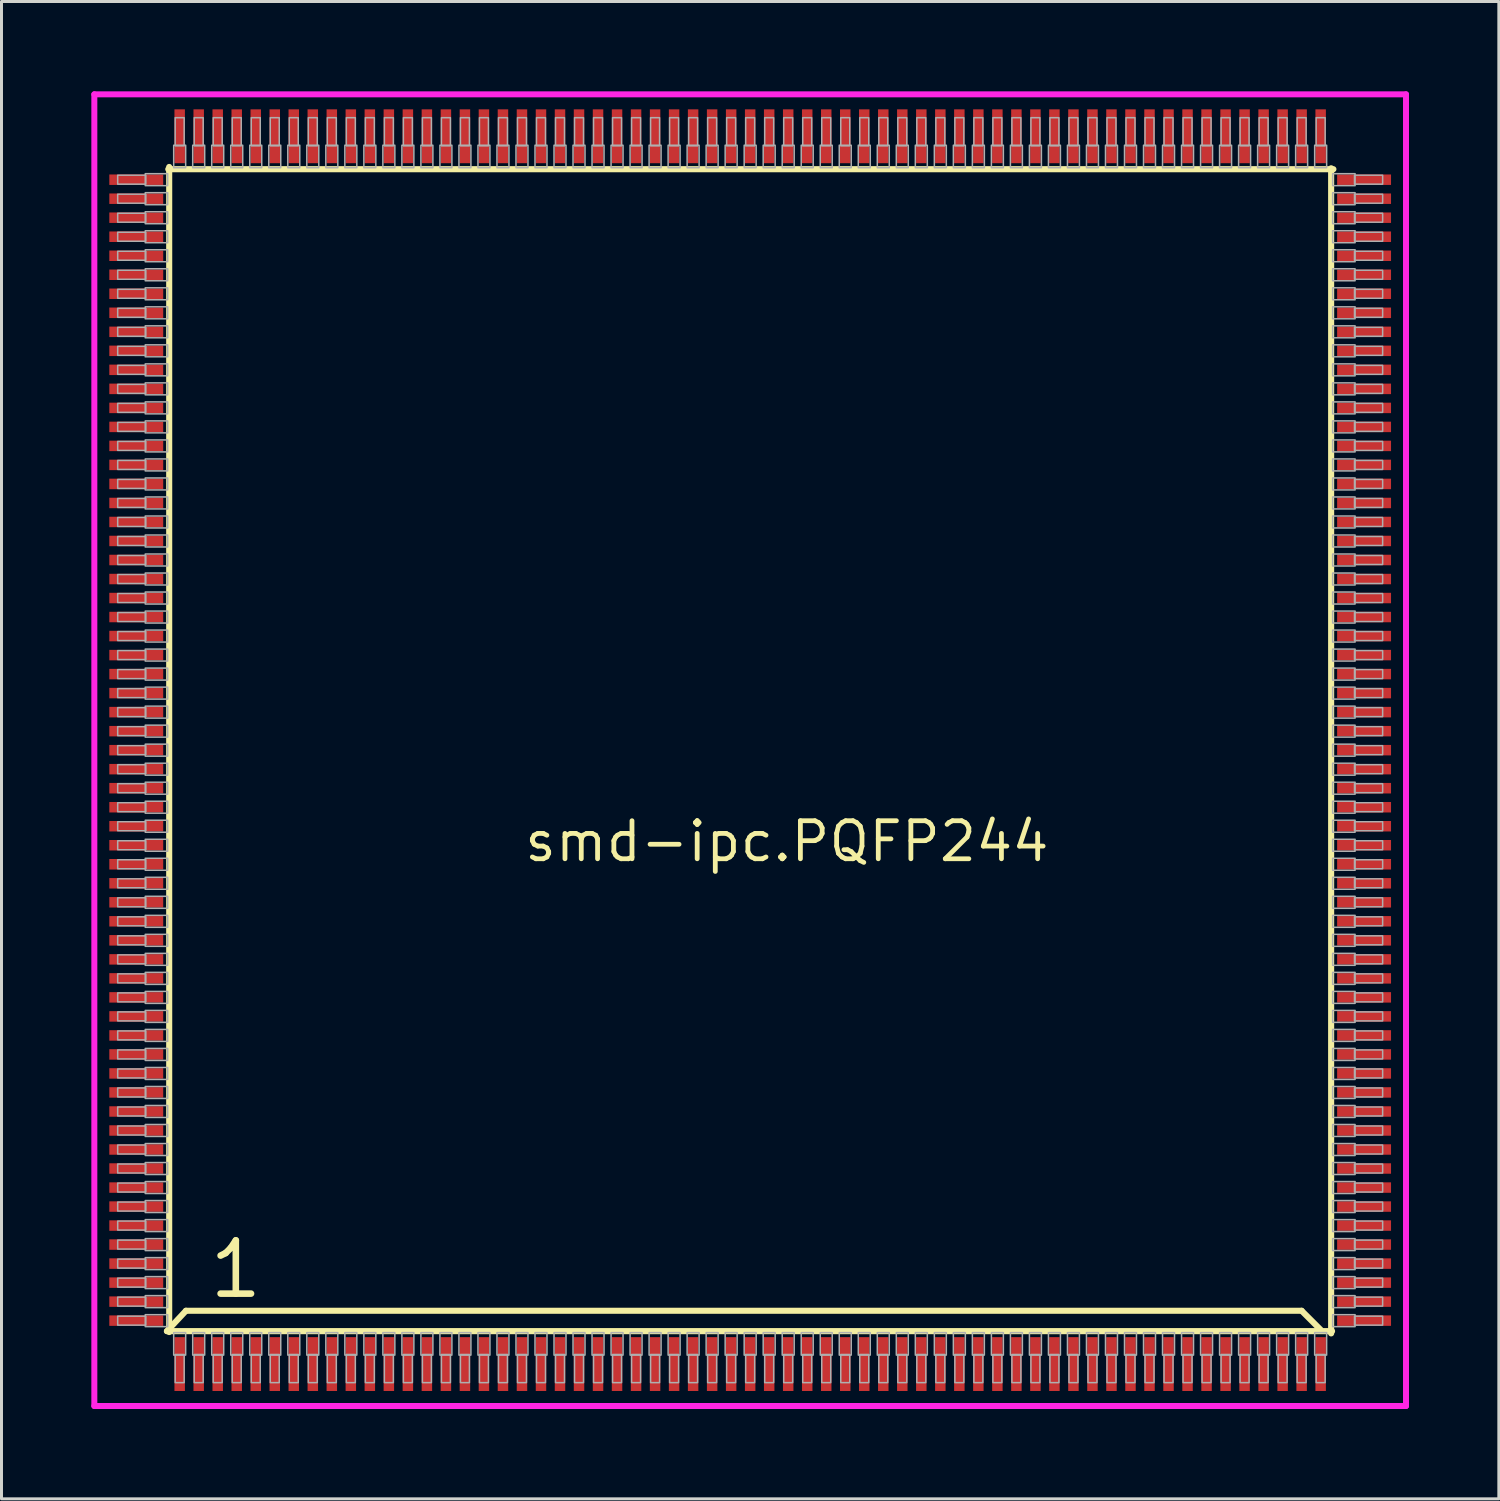
<source format=kicad_pcb>
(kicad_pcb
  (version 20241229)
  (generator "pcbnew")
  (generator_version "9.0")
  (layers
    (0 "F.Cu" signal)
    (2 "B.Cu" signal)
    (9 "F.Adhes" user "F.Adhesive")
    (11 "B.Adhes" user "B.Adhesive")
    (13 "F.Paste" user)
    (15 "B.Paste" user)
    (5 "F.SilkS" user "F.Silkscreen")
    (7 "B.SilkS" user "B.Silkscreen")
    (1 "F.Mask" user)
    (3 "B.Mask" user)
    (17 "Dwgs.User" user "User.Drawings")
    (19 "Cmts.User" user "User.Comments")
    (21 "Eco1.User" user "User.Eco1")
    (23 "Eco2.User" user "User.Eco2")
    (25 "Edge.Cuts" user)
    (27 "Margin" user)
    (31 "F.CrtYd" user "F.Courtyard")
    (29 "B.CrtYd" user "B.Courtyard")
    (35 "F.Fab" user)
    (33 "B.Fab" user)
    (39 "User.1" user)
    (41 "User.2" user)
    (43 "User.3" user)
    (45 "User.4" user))
  (footprint "smd-ipc.PQFP244"
    (layer "F.Cu")
    (at 22 22)
    (property "Reference" "smd-ipc.PQFP244" (at -7.62 3.79 0) (layer "F.SilkS") (effects (font (size 1.27 1.27) (thickness 0.16)) (justify left bottom)))
    (attr smd)
    (fp_line (start -19.476 19.4) (end -18.841 18.72) (stroke (width 0.203) (type default)) (layer "F.SilkS"))
    (fp_line (start -19.476 19.4) (end 19.431 19.4) (stroke (width 0.203) (type default)) (layer "F.SilkS"))
    (fp_line (start -19.4 -19.476) (end -19.4 19.431) (stroke (width 0.203) (type default)) (layer "F.SilkS"))
    (fp_line (start -18.841 18.72) (end 18.415 18.72) (stroke (width 0.203) (type default)) (layer "F.SilkS"))
    (fp_line (start 18.415 18.72) (end 19.05 19.355) (stroke (width 0.203) (type default)) (layer "F.SilkS"))
    (fp_line (start 19.4 19.476) (end 19.4 -19.431) (stroke (width 0.203) (type default)) (layer "F.SilkS"))
    (fp_line (start 19.476 -19.4) (end -19.431 -19.4) (stroke (width 0.203) (type default)) (layer "F.SilkS"))
    (fp_line (start -21.9 -21.9) (end 21.9 -21.9) (stroke (width 0.2) (type default)) (layer "F.CrtYd"))
    (fp_line (start -21.9 21.9) (end -21.9 -21.9) (stroke (width 0.2) (type default)) (layer "F.CrtYd"))
    (fp_line (start 21.9 -21.9) (end 21.9 21.9) (stroke (width 0.2) (type default)) (layer "F.CrtYd"))
    (fp_line (start 21.9 21.9) (end -21.9 21.9) (stroke (width 0.2) (type default)) (layer "F.CrtYd"))
    (fp_rect (start -21.12 -18.9) (end -20.18 -19.2) (stroke (width 0.05) (type default)) (fill no) (layer "F.Fab"))
    (fp_rect (start -21.12 -18.265) (end -20.18 -18.565) (stroke (width 0.05) (type default)) (fill no) (layer "F.Fab"))
    (fp_rect (start -21.12 -17.63) (end -20.18 -17.93) (stroke (width 0.05) (type default)) (fill no) (layer "F.Fab"))
    (fp_rect (start -21.12 -16.995) (end -20.18 -17.295) (stroke (width 0.05) (type default)) (fill no) (layer "F.Fab"))
    (fp_rect (start -21.12 -16.36) (end -20.18 -16.66) (stroke (width 0.05) (type default)) (fill no) (layer "F.Fab"))
    (fp_rect (start -21.12 -15.725) (end -20.18 -16.025) (stroke (width 0.05) (type default)) (fill no) (layer "F.Fab"))
    (fp_rect (start -21.12 -15.09) (end -20.18 -15.39) (stroke (width 0.05) (type default)) (fill no) (layer "F.Fab"))
    (fp_rect (start -21.12 -14.455) (end -20.18 -14.755) (stroke (width 0.05) (type default)) (fill no) (layer "F.Fab"))
    (fp_rect (start -21.12 -13.82) (end -20.18 -14.12) (stroke (width 0.05) (type default)) (fill no) (layer "F.Fab"))
    (fp_rect (start -21.12 -13.185) (end -20.18 -13.485) (stroke (width 0.05) (type default)) (fill no) (layer "F.Fab"))
    (fp_rect (start -21.12 -12.55) (end -20.18 -12.85) (stroke (width 0.05) (type default)) (fill no) (layer "F.Fab"))
    (fp_rect (start -21.12 -11.915) (end -20.18 -12.215) (stroke (width 0.05) (type default)) (fill no) (layer "F.Fab"))
    (fp_rect (start -21.12 -11.28) (end -20.18 -11.58) (stroke (width 0.05) (type default)) (fill no) (layer "F.Fab"))
    (fp_rect (start -21.12 -10.645) (end -20.18 -10.945) (stroke (width 0.05) (type default)) (fill no) (layer "F.Fab"))
    (fp_rect (start -21.12 -10.01) (end -20.18 -10.31) (stroke (width 0.05) (type default)) (fill no) (layer "F.Fab"))
    (fp_rect (start -21.12 -9.375) (end -20.18 -9.675) (stroke (width 0.05) (type default)) (fill no) (layer "F.Fab"))
    (fp_rect (start -21.12 -8.74) (end -20.18 -9.04) (stroke (width 0.05) (type default)) (fill no) (layer "F.Fab"))
    (fp_rect (start -21.12 -8.105) (end -20.18 -8.405) (stroke (width 0.05) (type default)) (fill no) (layer "F.Fab"))
    (fp_rect (start -21.12 -7.47) (end -20.18 -7.77) (stroke (width 0.05) (type default)) (fill no) (layer "F.Fab"))
    (fp_rect (start -21.12 -6.835) (end -20.18 -7.135) (stroke (width 0.05) (type default)) (fill no) (layer "F.Fab"))
    (fp_rect (start -21.12 -6.2) (end -20.18 -6.5) (stroke (width 0.05) (type default)) (fill no) (layer "F.Fab"))
    (fp_rect (start -21.12 -5.565) (end -20.18 -5.865) (stroke (width 0.05) (type default)) (fill no) (layer "F.Fab"))
    (fp_rect (start -21.12 -4.93) (end -20.18 -5.23) (stroke (width 0.05) (type default)) (fill no) (layer "F.Fab"))
    (fp_rect (start -21.12 -4.295) (end -20.18 -4.595) (stroke (width 0.05) (type default)) (fill no) (layer "F.Fab"))
    (fp_rect (start -21.12 -3.66) (end -20.18 -3.96) (stroke (width 0.05) (type default)) (fill no) (layer "F.Fab"))
    (fp_rect (start -21.12 -3.025) (end -20.18 -3.325) (stroke (width 0.05) (type default)) (fill no) (layer "F.Fab"))
    (fp_rect (start -21.12 -2.39) (end -20.18 -2.69) (stroke (width 0.05) (type default)) (fill no) (layer "F.Fab"))
    (fp_rect (start -21.12 -1.755) (end -20.18 -2.055) (stroke (width 0.05) (type default)) (fill no) (layer "F.Fab"))
    (fp_rect (start -21.12 -1.12) (end -20.18 -1.42) (stroke (width 0.05) (type default)) (fill no) (layer "F.Fab"))
    (fp_rect (start -21.12 -0.485) (end -20.18 -0.785) (stroke (width 0.05) (type default)) (fill no) (layer "F.Fab"))
    (fp_rect (start -21.12 0.15) (end -20.18 -0.15) (stroke (width 0.05) (type default)) (fill no) (layer "F.Fab"))
    (fp_rect (start -21.12 0.785) (end -20.18 0.485) (stroke (width 0.05) (type default)) (fill no) (layer "F.Fab"))
    (fp_rect (start -21.12 1.42) (end -20.18 1.12) (stroke (width 0.05) (type default)) (fill no) (layer "F.Fab"))
    (fp_rect (start -21.12 2.055) (end -20.18 1.755) (stroke (width 0.05) (type default)) (fill no) (layer "F.Fab"))
    (fp_rect (start -21.12 2.69) (end -20.18 2.39) (stroke (width 0.05) (type default)) (fill no) (layer "F.Fab"))
    (fp_rect (start -21.12 3.325) (end -20.18 3.025) (stroke (width 0.05) (type default)) (fill no) (layer "F.Fab"))
    (fp_rect (start -21.12 3.96) (end -20.18 3.66) (stroke (width 0.05) (type default)) (fill no) (layer "F.Fab"))
    (fp_rect (start -21.12 4.595) (end -20.18 4.295) (stroke (width 0.05) (type default)) (fill no) (layer "F.Fab"))
    (fp_rect (start -21.12 5.23) (end -20.18 4.93) (stroke (width 0.05) (type default)) (fill no) (layer "F.Fab"))
    (fp_rect (start -21.12 5.865) (end -20.18 5.565) (stroke (width 0.05) (type default)) (fill no) (layer "F.Fab"))
    (fp_rect (start -21.12 6.5) (end -20.18 6.2) (stroke (width 0.05) (type default)) (fill no) (layer "F.Fab"))
    (fp_rect (start -21.12 7.135) (end -20.18 6.835) (stroke (width 0.05) (type default)) (fill no) (layer "F.Fab"))
    (fp_rect (start -21.12 7.77) (end -20.18 7.47) (stroke (width 0.05) (type default)) (fill no) (layer "F.Fab"))
    (fp_rect (start -21.12 8.405) (end -20.18 8.105) (stroke (width 0.05) (type default)) (fill no) (layer "F.Fab"))
    (fp_rect (start -21.12 9.04) (end -20.18 8.74) (stroke (width 0.05) (type default)) (fill no) (layer "F.Fab"))
    (fp_rect (start -21.12 9.675) (end -20.18 9.375) (stroke (width 0.05) (type default)) (fill no) (layer "F.Fab"))
    (fp_rect (start -21.12 10.31) (end -20.18 10.01) (stroke (width 0.05) (type default)) (fill no) (layer "F.Fab"))
    (fp_rect (start -21.12 10.945) (end -20.18 10.645) (stroke (width 0.05) (type default)) (fill no) (layer "F.Fab"))
    (fp_rect (start -21.12 11.58) (end -20.18 11.28) (stroke (width 0.05) (type default)) (fill no) (layer "F.Fab"))
    (fp_rect (start -21.12 12.215) (end -20.18 11.915) (stroke (width 0.05) (type default)) (fill no) (layer "F.Fab"))
    (fp_rect (start -21.12 12.85) (end -20.18 12.55) (stroke (width 0.05) (type default)) (fill no) (layer "F.Fab"))
    (fp_rect (start -21.12 13.485) (end -20.18 13.185) (stroke (width 0.05) (type default)) (fill no) (layer "F.Fab"))
    (fp_rect (start -21.12 14.12) (end -20.18 13.82) (stroke (width 0.05) (type default)) (fill no) (layer "F.Fab"))
    (fp_rect (start -21.12 14.755) (end -20.18 14.455) (stroke (width 0.05) (type default)) (fill no) (layer "F.Fab"))
    (fp_rect (start -21.12 15.39) (end -20.18 15.09) (stroke (width 0.05) (type default)) (fill no) (layer "F.Fab"))
    (fp_rect (start -21.12 16.025) (end -20.18 15.725) (stroke (width 0.05) (type default)) (fill no) (layer "F.Fab"))
    (fp_rect (start -21.12 16.66) (end -20.18 16.36) (stroke (width 0.05) (type default)) (fill no) (layer "F.Fab"))
    (fp_rect (start -21.12 17.295) (end -20.18 16.995) (stroke (width 0.05) (type default)) (fill no) (layer "F.Fab"))
    (fp_rect (start -21.12 17.93) (end -20.18 17.63) (stroke (width 0.05) (type default)) (fill no) (layer "F.Fab"))
    (fp_rect (start -21.12 18.565) (end -20.18 18.265) (stroke (width 0.05) (type default)) (fill no) (layer "F.Fab"))
    (fp_rect (start -21.12 19.2) (end -20.18 18.9) (stroke (width 0.05) (type default)) (fill no) (layer "F.Fab"))
    (fp_rect (start -20.2 -18.85) (end -19.45 -19.25) (stroke (width 0.05) (type default)) (fill no) (layer "F.Fab"))
    (fp_rect (start -20.2 -18.215) (end -19.45 -18.615) (stroke (width 0.05) (type default)) (fill no) (layer "F.Fab"))
    (fp_rect (start -20.2 -17.58) (end -19.45 -17.98) (stroke (width 0.05) (type default)) (fill no) (layer "F.Fab"))
    (fp_rect (start -20.2 -16.945) (end -19.45 -17.345) (stroke (width 0.05) (type default)) (fill no) (layer "F.Fab"))
    (fp_rect (start -20.2 -16.31) (end -19.45 -16.71) (stroke (width 0.05) (type default)) (fill no) (layer "F.Fab"))
    (fp_rect (start -20.2 -15.675) (end -19.45 -16.075) (stroke (width 0.05) (type default)) (fill no) (layer "F.Fab"))
    (fp_rect (start -20.2 -15.04) (end -19.45 -15.44) (stroke (width 0.05) (type default)) (fill no) (layer "F.Fab"))
    (fp_rect (start -20.2 -14.405) (end -19.45 -14.805) (stroke (width 0.05) (type default)) (fill no) (layer "F.Fab"))
    (fp_rect (start -20.2 -13.77) (end -19.45 -14.17) (stroke (width 0.05) (type default)) (fill no) (layer "F.Fab"))
    (fp_rect (start -20.2 -13.135) (end -19.45 -13.535) (stroke (width 0.05) (type default)) (fill no) (layer "F.Fab"))
    (fp_rect (start -20.2 -12.5) (end -19.45 -12.9) (stroke (width 0.05) (type default)) (fill no) (layer "F.Fab"))
    (fp_rect (start -20.2 -11.865) (end -19.45 -12.265) (stroke (width 0.05) (type default)) (fill no) (layer "F.Fab"))
    (fp_rect (start -20.2 -11.23) (end -19.45 -11.63) (stroke (width 0.05) (type default)) (fill no) (layer "F.Fab"))
    (fp_rect (start -20.2 -10.595) (end -19.45 -10.995) (stroke (width 0.05) (type default)) (fill no) (layer "F.Fab"))
    (fp_rect (start -20.2 -9.96) (end -19.45 -10.36) (stroke (width 0.05) (type default)) (fill no) (layer "F.Fab"))
    (fp_rect (start -20.2 -9.325) (end -19.45 -9.725) (stroke (width 0.05) (type default)) (fill no) (layer "F.Fab"))
    (fp_rect (start -20.2 -8.69) (end -19.45 -9.09) (stroke (width 0.05) (type default)) (fill no) (layer "F.Fab"))
    (fp_rect (start -20.2 -8.055) (end -19.45 -8.455) (stroke (width 0.05) (type default)) (fill no) (layer "F.Fab"))
    (fp_rect (start -20.2 -7.42) (end -19.45 -7.82) (stroke (width 0.05) (type default)) (fill no) (layer "F.Fab"))
    (fp_rect (start -20.2 -6.785) (end -19.45 -7.185) (stroke (width 0.05) (type default)) (fill no) (layer "F.Fab"))
    (fp_rect (start -20.2 -6.15) (end -19.45 -6.55) (stroke (width 0.05) (type default)) (fill no) (layer "F.Fab"))
    (fp_rect (start -20.2 -5.515) (end -19.45 -5.915) (stroke (width 0.05) (type default)) (fill no) (layer "F.Fab"))
    (fp_rect (start -20.2 -4.88) (end -19.45 -5.28) (stroke (width 0.05) (type default)) (fill no) (layer "F.Fab"))
    (fp_rect (start -20.2 -4.245) (end -19.45 -4.645) (stroke (width 0.05) (type default)) (fill no) (layer "F.Fab"))
    (fp_rect (start -20.2 -3.61) (end -19.45 -4.01) (stroke (width 0.05) (type default)) (fill no) (layer "F.Fab"))
    (fp_rect (start -20.2 -2.975) (end -19.45 -3.375) (stroke (width 0.05) (type default)) (fill no) (layer "F.Fab"))
    (fp_rect (start -20.2 -2.34) (end -19.45 -2.74) (stroke (width 0.05) (type default)) (fill no) (layer "F.Fab"))
    (fp_rect (start -20.2 -1.705) (end -19.45 -2.105) (stroke (width 0.05) (type default)) (fill no) (layer "F.Fab"))
    (fp_rect (start -20.2 -1.07) (end -19.45 -1.47) (stroke (width 0.05) (type default)) (fill no) (layer "F.Fab"))
    (fp_rect (start -20.2 -0.435) (end -19.45 -0.835) (stroke (width 0.05) (type default)) (fill no) (layer "F.Fab"))
    (fp_rect (start -20.2 0.2) (end -19.45 -0.2) (stroke (width 0.05) (type default)) (fill no) (layer "F.Fab"))
    (fp_rect (start -20.2 0.835) (end -19.45 0.435) (stroke (width 0.05) (type default)) (fill no) (layer "F.Fab"))
    (fp_rect (start -20.2 1.47) (end -19.45 1.07) (stroke (width 0.05) (type default)) (fill no) (layer "F.Fab"))
    (fp_rect (start -20.2 2.105) (end -19.45 1.705) (stroke (width 0.05) (type default)) (fill no) (layer "F.Fab"))
    (fp_rect (start -20.2 2.74) (end -19.45 2.34) (stroke (width 0.05) (type default)) (fill no) (layer "F.Fab"))
    (fp_rect (start -20.2 3.375) (end -19.45 2.975) (stroke (width 0.05) (type default)) (fill no) (layer "F.Fab"))
    (fp_rect (start -20.2 4.01) (end -19.45 3.61) (stroke (width 0.05) (type default)) (fill no) (layer "F.Fab"))
    (fp_rect (start -20.2 4.645) (end -19.45 4.245) (stroke (width 0.05) (type default)) (fill no) (layer "F.Fab"))
    (fp_rect (start -20.2 5.28) (end -19.45 4.88) (stroke (width 0.05) (type default)) (fill no) (layer "F.Fab"))
    (fp_rect (start -20.2 5.915) (end -19.45 5.515) (stroke (width 0.05) (type default)) (fill no) (layer "F.Fab"))
    (fp_rect (start -20.2 6.55) (end -19.45 6.15) (stroke (width 0.05) (type default)) (fill no) (layer "F.Fab"))
    (fp_rect (start -20.2 7.185) (end -19.45 6.785) (stroke (width 0.05) (type default)) (fill no) (layer "F.Fab"))
    (fp_rect (start -20.2 7.82) (end -19.45 7.42) (stroke (width 0.05) (type default)) (fill no) (layer "F.Fab"))
    (fp_rect (start -20.2 8.455) (end -19.45 8.055) (stroke (width 0.05) (type default)) (fill no) (layer "F.Fab"))
    (fp_rect (start -20.2 9.09) (end -19.45 8.69) (stroke (width 0.05) (type default)) (fill no) (layer "F.Fab"))
    (fp_rect (start -20.2 9.725) (end -19.45 9.325) (stroke (width 0.05) (type default)) (fill no) (layer "F.Fab"))
    (fp_rect (start -20.2 10.36) (end -19.45 9.96) (stroke (width 0.05) (type default)) (fill no) (layer "F.Fab"))
    (fp_rect (start -20.2 10.995) (end -19.45 10.595) (stroke (width 0.05) (type default)) (fill no) (layer "F.Fab"))
    (fp_rect (start -20.2 11.63) (end -19.45 11.23) (stroke (width 0.05) (type default)) (fill no) (layer "F.Fab"))
    (fp_rect (start -20.2 12.265) (end -19.45 11.865) (stroke (width 0.05) (type default)) (fill no) (layer "F.Fab"))
    (fp_rect (start -20.2 12.9) (end -19.45 12.5) (stroke (width 0.05) (type default)) (fill no) (layer "F.Fab"))
    (fp_rect (start -20.2 13.535) (end -19.45 13.135) (stroke (width 0.05) (type default)) (fill no) (layer "F.Fab"))
    (fp_rect (start -20.2 14.17) (end -19.45 13.77) (stroke (width 0.05) (type default)) (fill no) (layer "F.Fab"))
    (fp_rect (start -20.2 14.805) (end -19.45 14.405) (stroke (width 0.05) (type default)) (fill no) (layer "F.Fab"))
    (fp_rect (start -20.2 15.44) (end -19.45 15.04) (stroke (width 0.05) (type default)) (fill no) (layer "F.Fab"))
    (fp_rect (start -20.2 16.075) (end -19.45 15.675) (stroke (width 0.05) (type default)) (fill no) (layer "F.Fab"))
    (fp_rect (start -20.2 16.71) (end -19.45 16.31) (stroke (width 0.05) (type default)) (fill no) (layer "F.Fab"))
    (fp_rect (start -20.2 17.345) (end -19.45 16.945) (stroke (width 0.05) (type default)) (fill no) (layer "F.Fab"))
    (fp_rect (start -20.2 17.98) (end -19.45 17.58) (stroke (width 0.05) (type default)) (fill no) (layer "F.Fab"))
    (fp_rect (start -20.2 18.615) (end -19.45 18.215) (stroke (width 0.05) (type default)) (fill no) (layer "F.Fab"))
    (fp_rect (start -20.2 19.25) (end -19.45 18.85) (stroke (width 0.05) (type default)) (fill no) (layer "F.Fab"))
    (fp_rect (start -19.25 -19.45) (end -18.85 -20.2) (stroke (width 0.05) (type default)) (fill no) (layer "F.Fab"))
    (fp_rect (start -19.25 20.2) (end -18.85 19.45) (stroke (width 0.05) (type default)) (fill no) (layer "F.Fab"))
    (fp_rect (start -19.2 -20.18) (end -18.9 -21.12) (stroke (width 0.05) (type default)) (fill no) (layer "F.Fab"))
    (fp_rect (start -19.2 21.12) (end -18.9 20.18) (stroke (width 0.05) (type default)) (fill no) (layer "F.Fab"))
    (fp_rect (start -18.615 -19.45) (end -18.215 -20.2) (stroke (width 0.05) (type default)) (fill no) (layer "F.Fab"))
    (fp_rect (start -18.615 20.2) (end -18.215 19.45) (stroke (width 0.05) (type default)) (fill no) (layer "F.Fab"))
    (fp_rect (start -18.565 -20.18) (end -18.265 -21.12) (stroke (width 0.05) (type default)) (fill no) (layer "F.Fab"))
    (fp_rect (start -18.565 21.12) (end -18.265 20.18) (stroke (width 0.05) (type default)) (fill no) (layer "F.Fab"))
    (fp_rect (start -17.98 -19.45) (end -17.58 -20.2) (stroke (width 0.05) (type default)) (fill no) (layer "F.Fab"))
    (fp_rect (start -17.98 20.2) (end -17.58 19.45) (stroke (width 0.05) (type default)) (fill no) (layer "F.Fab"))
    (fp_rect (start -17.93 -20.18) (end -17.63 -21.12) (stroke (width 0.05) (type default)) (fill no) (layer "F.Fab"))
    (fp_rect (start -17.93 21.12) (end -17.63 20.18) (stroke (width 0.05) (type default)) (fill no) (layer "F.Fab"))
    (fp_rect (start -17.345 -19.45) (end -16.945 -20.2) (stroke (width 0.05) (type default)) (fill no) (layer "F.Fab"))
    (fp_rect (start -17.345 20.2) (end -16.945 19.45) (stroke (width 0.05) (type default)) (fill no) (layer "F.Fab"))
    (fp_rect (start -17.295 -20.18) (end -16.995 -21.12) (stroke (width 0.05) (type default)) (fill no) (layer "F.Fab"))
    (fp_rect (start -17.295 21.12) (end -16.995 20.18) (stroke (width 0.05) (type default)) (fill no) (layer "F.Fab"))
    (fp_rect (start -16.71 -19.45) (end -16.31 -20.2) (stroke (width 0.05) (type default)) (fill no) (layer "F.Fab"))
    (fp_rect (start -16.71 20.2) (end -16.31 19.45) (stroke (width 0.05) (type default)) (fill no) (layer "F.Fab"))
    (fp_rect (start -16.66 -20.18) (end -16.36 -21.12) (stroke (width 0.05) (type default)) (fill no) (layer "F.Fab"))
    (fp_rect (start -16.66 21.12) (end -16.36 20.18) (stroke (width 0.05) (type default)) (fill no) (layer "F.Fab"))
    (fp_rect (start -16.075 -19.45) (end -15.675 -20.2) (stroke (width 0.05) (type default)) (fill no) (layer "F.Fab"))
    (fp_rect (start -16.075 20.2) (end -15.675 19.45) (stroke (width 0.05) (type default)) (fill no) (layer "F.Fab"))
    (fp_rect (start -16.025 -20.18) (end -15.725 -21.12) (stroke (width 0.05) (type default)) (fill no) (layer "F.Fab"))
    (fp_rect (start -16.025 21.12) (end -15.725 20.18) (stroke (width 0.05) (type default)) (fill no) (layer "F.Fab"))
    (fp_rect (start -15.44 -19.45) (end -15.04 -20.2) (stroke (width 0.05) (type default)) (fill no) (layer "F.Fab"))
    (fp_rect (start -15.44 20.2) (end -15.04 19.45) (stroke (width 0.05) (type default)) (fill no) (layer "F.Fab"))
    (fp_rect (start -15.39 -20.18) (end -15.09 -21.12) (stroke (width 0.05) (type default)) (fill no) (layer "F.Fab"))
    (fp_rect (start -15.39 21.12) (end -15.09 20.18) (stroke (width 0.05) (type default)) (fill no) (layer "F.Fab"))
    (fp_rect (start -14.805 -19.45) (end -14.405 -20.2) (stroke (width 0.05) (type default)) (fill no) (layer "F.Fab"))
    (fp_rect (start -14.805 20.2) (end -14.405 19.45) (stroke (width 0.05) (type default)) (fill no) (layer "F.Fab"))
    (fp_rect (start -14.755 -20.18) (end -14.455 -21.12) (stroke (width 0.05) (type default)) (fill no) (layer "F.Fab"))
    (fp_rect (start -14.755 21.12) (end -14.455 20.18) (stroke (width 0.05) (type default)) (fill no) (layer "F.Fab"))
    (fp_rect (start -14.17 -19.45) (end -13.77 -20.2) (stroke (width 0.05) (type default)) (fill no) (layer "F.Fab"))
    (fp_rect (start -14.17 20.2) (end -13.77 19.45) (stroke (width 0.05) (type default)) (fill no) (layer "F.Fab"))
    (fp_rect (start -14.12 -20.18) (end -13.82 -21.12) (stroke (width 0.05) (type default)) (fill no) (layer "F.Fab"))
    (fp_rect (start -14.12 21.12) (end -13.82 20.18) (stroke (width 0.05) (type default)) (fill no) (layer "F.Fab"))
    (fp_rect (start -13.535 -19.45) (end -13.135 -20.2) (stroke (width 0.05) (type default)) (fill no) (layer "F.Fab"))
    (fp_rect (start -13.535 20.2) (end -13.135 19.45) (stroke (width 0.05) (type default)) (fill no) (layer "F.Fab"))
    (fp_rect (start -13.485 -20.18) (end -13.185 -21.12) (stroke (width 0.05) (type default)) (fill no) (layer "F.Fab"))
    (fp_rect (start -13.485 21.12) (end -13.185 20.18) (stroke (width 0.05) (type default)) (fill no) (layer "F.Fab"))
    (fp_rect (start -12.9 -19.45) (end -12.5 -20.2) (stroke (width 0.05) (type default)) (fill no) (layer "F.Fab"))
    (fp_rect (start -12.9 20.2) (end -12.5 19.45) (stroke (width 0.05) (type default)) (fill no) (layer "F.Fab"))
    (fp_rect (start -12.85 -20.18) (end -12.55 -21.12) (stroke (width 0.05) (type default)) (fill no) (layer "F.Fab"))
    (fp_rect (start -12.85 21.12) (end -12.55 20.18) (stroke (width 0.05) (type default)) (fill no) (layer "F.Fab"))
    (fp_rect (start -12.265 -19.45) (end -11.865 -20.2) (stroke (width 0.05) (type default)) (fill no) (layer "F.Fab"))
    (fp_rect (start -12.265 20.2) (end -11.865 19.45) (stroke (width 0.05) (type default)) (fill no) (layer "F.Fab"))
    (fp_rect (start -12.215 -20.18) (end -11.915 -21.12) (stroke (width 0.05) (type default)) (fill no) (layer "F.Fab"))
    (fp_rect (start -12.215 21.12) (end -11.915 20.18) (stroke (width 0.05) (type default)) (fill no) (layer "F.Fab"))
    (fp_rect (start -11.63 -19.45) (end -11.23 -20.2) (stroke (width 0.05) (type default)) (fill no) (layer "F.Fab"))
    (fp_rect (start -11.63 20.2) (end -11.23 19.45) (stroke (width 0.05) (type default)) (fill no) (layer "F.Fab"))
    (fp_rect (start -11.58 -20.18) (end -11.28 -21.12) (stroke (width 0.05) (type default)) (fill no) (layer "F.Fab"))
    (fp_rect (start -11.58 21.12) (end -11.28 20.18) (stroke (width 0.05) (type default)) (fill no) (layer "F.Fab"))
    (fp_rect (start -10.995 -19.45) (end -10.595 -20.2) (stroke (width 0.05) (type default)) (fill no) (layer "F.Fab"))
    (fp_rect (start -10.995 20.2) (end -10.595 19.45) (stroke (width 0.05) (type default)) (fill no) (layer "F.Fab"))
    (fp_rect (start -10.945 -20.18) (end -10.645 -21.12) (stroke (width 0.05) (type default)) (fill no) (layer "F.Fab"))
    (fp_rect (start -10.945 21.12) (end -10.645 20.18) (stroke (width 0.05) (type default)) (fill no) (layer "F.Fab"))
    (fp_rect (start -10.36 -19.45) (end -9.96 -20.2) (stroke (width 0.05) (type default)) (fill no) (layer "F.Fab"))
    (fp_rect (start -10.36 20.2) (end -9.96 19.45) (stroke (width 0.05) (type default)) (fill no) (layer "F.Fab"))
    (fp_rect (start -10.31 -20.18) (end -10.01 -21.12) (stroke (width 0.05) (type default)) (fill no) (layer "F.Fab"))
    (fp_rect (start -10.31 21.12) (end -10.01 20.18) (stroke (width 0.05) (type default)) (fill no) (layer "F.Fab"))
    (fp_rect (start -9.725 -19.45) (end -9.325 -20.2) (stroke (width 0.05) (type default)) (fill no) (layer "F.Fab"))
    (fp_rect (start -9.725 20.2) (end -9.325 19.45) (stroke (width 0.05) (type default)) (fill no) (layer "F.Fab"))
    (fp_rect (start -9.675 -20.18) (end -9.375 -21.12) (stroke (width 0.05) (type default)) (fill no) (layer "F.Fab"))
    (fp_rect (start -9.675 21.12) (end -9.375 20.18) (stroke (width 0.05) (type default)) (fill no) (layer "F.Fab"))
    (fp_rect (start -9.09 -19.45) (end -8.69 -20.2) (stroke (width 0.05) (type default)) (fill no) (layer "F.Fab"))
    (fp_rect (start -9.09 20.2) (end -8.69 19.45) (stroke (width 0.05) (type default)) (fill no) (layer "F.Fab"))
    (fp_rect (start -9.04 -20.18) (end -8.74 -21.12) (stroke (width 0.05) (type default)) (fill no) (layer "F.Fab"))
    (fp_rect (start -9.04 21.12) (end -8.74 20.18) (stroke (width 0.05) (type default)) (fill no) (layer "F.Fab"))
    (fp_rect (start -8.455 -19.45) (end -8.055 -20.2) (stroke (width 0.05) (type default)) (fill no) (layer "F.Fab"))
    (fp_rect (start -8.455 20.2) (end -8.055 19.45) (stroke (width 0.05) (type default)) (fill no) (layer "F.Fab"))
    (fp_rect (start -8.405 -20.18) (end -8.105 -21.12) (stroke (width 0.05) (type default)) (fill no) (layer "F.Fab"))
    (fp_rect (start -8.405 21.12) (end -8.105 20.18) (stroke (width 0.05) (type default)) (fill no) (layer "F.Fab"))
    (fp_rect (start -7.82 -19.45) (end -7.42 -20.2) (stroke (width 0.05) (type default)) (fill no) (layer "F.Fab"))
    (fp_rect (start -7.82 20.2) (end -7.42 19.45) (stroke (width 0.05) (type default)) (fill no) (layer "F.Fab"))
    (fp_rect (start -7.77 -20.18) (end -7.47 -21.12) (stroke (width 0.05) (type default)) (fill no) (layer "F.Fab"))
    (fp_rect (start -7.77 21.12) (end -7.47 20.18) (stroke (width 0.05) (type default)) (fill no) (layer "F.Fab"))
    (fp_rect (start -7.185 -19.45) (end -6.785 -20.2) (stroke (width 0.05) (type default)) (fill no) (layer "F.Fab"))
    (fp_rect (start -7.185 20.2) (end -6.785 19.45) (stroke (width 0.05) (type default)) (fill no) (layer "F.Fab"))
    (fp_rect (start -7.135 -20.18) (end -6.835 -21.12) (stroke (width 0.05) (type default)) (fill no) (layer "F.Fab"))
    (fp_rect (start -7.135 21.12) (end -6.835 20.18) (stroke (width 0.05) (type default)) (fill no) (layer "F.Fab"))
    (fp_rect (start -6.55 -19.45) (end -6.15 -20.2) (stroke (width 0.05) (type default)) (fill no) (layer "F.Fab"))
    (fp_rect (start -6.55 20.2) (end -6.15 19.45) (stroke (width 0.05) (type default)) (fill no) (layer "F.Fab"))
    (fp_rect (start -6.5 -20.18) (end -6.2 -21.12) (stroke (width 0.05) (type default)) (fill no) (layer "F.Fab"))
    (fp_rect (start -6.5 21.12) (end -6.2 20.18) (stroke (width 0.05) (type default)) (fill no) (layer "F.Fab"))
    (fp_rect (start -5.915 -19.45) (end -5.515 -20.2) (stroke (width 0.05) (type default)) (fill no) (layer "F.Fab"))
    (fp_rect (start -5.915 20.2) (end -5.515 19.45) (stroke (width 0.05) (type default)) (fill no) (layer "F.Fab"))
    (fp_rect (start -5.865 -20.18) (end -5.565 -21.12) (stroke (width 0.05) (type default)) (fill no) (layer "F.Fab"))
    (fp_rect (start -5.865 21.12) (end -5.565 20.18) (stroke (width 0.05) (type default)) (fill no) (layer "F.Fab"))
    (fp_rect (start -5.28 -19.45) (end -4.88 -20.2) (stroke (width 0.05) (type default)) (fill no) (layer "F.Fab"))
    (fp_rect (start -5.28 20.2) (end -4.88 19.45) (stroke (width 0.05) (type default)) (fill no) (layer "F.Fab"))
    (fp_rect (start -5.23 -20.18) (end -4.93 -21.12) (stroke (width 0.05) (type default)) (fill no) (layer "F.Fab"))
    (fp_rect (start -5.23 21.12) (end -4.93 20.18) (stroke (width 0.05) (type default)) (fill no) (layer "F.Fab"))
    (fp_rect (start -4.645 -19.45) (end -4.245 -20.2) (stroke (width 0.05) (type default)) (fill no) (layer "F.Fab"))
    (fp_rect (start -4.645 20.2) (end -4.245 19.45) (stroke (width 0.05) (type default)) (fill no) (layer "F.Fab"))
    (fp_rect (start -4.595 -20.18) (end -4.295 -21.12) (stroke (width 0.05) (type default)) (fill no) (layer "F.Fab"))
    (fp_rect (start -4.595 21.12) (end -4.295 20.18) (stroke (width 0.05) (type default)) (fill no) (layer "F.Fab"))
    (fp_rect (start -4.01 -19.45) (end -3.61 -20.2) (stroke (width 0.05) (type default)) (fill no) (layer "F.Fab"))
    (fp_rect (start -4.01 20.2) (end -3.61 19.45) (stroke (width 0.05) (type default)) (fill no) (layer "F.Fab"))
    (fp_rect (start -3.96 -20.18) (end -3.66 -21.12) (stroke (width 0.05) (type default)) (fill no) (layer "F.Fab"))
    (fp_rect (start -3.96 21.12) (end -3.66 20.18) (stroke (width 0.05) (type default)) (fill no) (layer "F.Fab"))
    (fp_rect (start -3.375 -19.45) (end -2.975 -20.2) (stroke (width 0.05) (type default)) (fill no) (layer "F.Fab"))
    (fp_rect (start -3.375 20.2) (end -2.975 19.45) (stroke (width 0.05) (type default)) (fill no) (layer "F.Fab"))
    (fp_rect (start -3.325 -20.18) (end -3.025 -21.12) (stroke (width 0.05) (type default)) (fill no) (layer "F.Fab"))
    (fp_rect (start -3.325 21.12) (end -3.025 20.18) (stroke (width 0.05) (type default)) (fill no) (layer "F.Fab"))
    (fp_rect (start -2.74 -19.45) (end -2.34 -20.2) (stroke (width 0.05) (type default)) (fill no) (layer "F.Fab"))
    (fp_rect (start -2.74 20.2) (end -2.34 19.45) (stroke (width 0.05) (type default)) (fill no) (layer "F.Fab"))
    (fp_rect (start -2.69 -20.18) (end -2.39 -21.12) (stroke (width 0.05) (type default)) (fill no) (layer "F.Fab"))
    (fp_rect (start -2.69 21.12) (end -2.39 20.18) (stroke (width 0.05) (type default)) (fill no) (layer "F.Fab"))
    (fp_rect (start -2.105 -19.45) (end -1.705 -20.2) (stroke (width 0.05) (type default)) (fill no) (layer "F.Fab"))
    (fp_rect (start -2.105 20.2) (end -1.705 19.45) (stroke (width 0.05) (type default)) (fill no) (layer "F.Fab"))
    (fp_rect (start -2.055 -20.18) (end -1.755 -21.12) (stroke (width 0.05) (type default)) (fill no) (layer "F.Fab"))
    (fp_rect (start -2.055 21.12) (end -1.755 20.18) (stroke (width 0.05) (type default)) (fill no) (layer "F.Fab"))
    (fp_rect (start -1.47 -19.45) (end -1.07 -20.2) (stroke (width 0.05) (type default)) (fill no) (layer "F.Fab"))
    (fp_rect (start -1.47 20.2) (end -1.07 19.45) (stroke (width 0.05) (type default)) (fill no) (layer "F.Fab"))
    (fp_rect (start -1.42 -20.18) (end -1.12 -21.12) (stroke (width 0.05) (type default)) (fill no) (layer "F.Fab"))
    (fp_rect (start -1.42 21.12) (end -1.12 20.18) (stroke (width 0.05) (type default)) (fill no) (layer "F.Fab"))
    (fp_rect (start -0.835 -19.45) (end -0.435 -20.2) (stroke (width 0.05) (type default)) (fill no) (layer "F.Fab"))
    (fp_rect (start -0.835 20.2) (end -0.435 19.45) (stroke (width 0.05) (type default)) (fill no) (layer "F.Fab"))
    (fp_rect (start -0.785 -20.18) (end -0.485 -21.12) (stroke (width 0.05) (type default)) (fill no) (layer "F.Fab"))
    (fp_rect (start -0.785 21.12) (end -0.485 20.18) (stroke (width 0.05) (type default)) (fill no) (layer "F.Fab"))
    (fp_rect (start -0.2 -19.45) (end 0.2 -20.2) (stroke (width 0.05) (type default)) (fill no) (layer "F.Fab"))
    (fp_rect (start -0.2 20.2) (end 0.2 19.45) (stroke (width 0.05) (type default)) (fill no) (layer "F.Fab"))
    (fp_rect (start -0.15 -20.18) (end 0.15 -21.12) (stroke (width 0.05) (type default)) (fill no) (layer "F.Fab"))
    (fp_rect (start -0.15 21.12) (end 0.15 20.18) (stroke (width 0.05) (type default)) (fill no) (layer "F.Fab"))
    (fp_rect (start 0.435 -19.45) (end 0.835 -20.2) (stroke (width 0.05) (type default)) (fill no) (layer "F.Fab"))
    (fp_rect (start 0.435 20.2) (end 0.835 19.45) (stroke (width 0.05) (type default)) (fill no) (layer "F.Fab"))
    (fp_rect (start 0.485 -20.18) (end 0.785 -21.12) (stroke (width 0.05) (type default)) (fill no) (layer "F.Fab"))
    (fp_rect (start 0.485 21.12) (end 0.785 20.18) (stroke (width 0.05) (type default)) (fill no) (layer "F.Fab"))
    (fp_rect (start 1.07 -19.45) (end 1.47 -20.2) (stroke (width 0.05) (type default)) (fill no) (layer "F.Fab"))
    (fp_rect (start 1.07 20.2) (end 1.47 19.45) (stroke (width 0.05) (type default)) (fill no) (layer "F.Fab"))
    (fp_rect (start 1.12 -20.18) (end 1.42 -21.12) (stroke (width 0.05) (type default)) (fill no) (layer "F.Fab"))
    (fp_rect (start 1.12 21.12) (end 1.42 20.18) (stroke (width 0.05) (type default)) (fill no) (layer "F.Fab"))
    (fp_rect (start 1.705 -19.45) (end 2.105 -20.2) (stroke (width 0.05) (type default)) (fill no) (layer "F.Fab"))
    (fp_rect (start 1.705 20.2) (end 2.105 19.45) (stroke (width 0.05) (type default)) (fill no) (layer "F.Fab"))
    (fp_rect (start 1.755 -20.18) (end 2.055 -21.12) (stroke (width 0.05) (type default)) (fill no) (layer "F.Fab"))
    (fp_rect (start 1.755 21.12) (end 2.055 20.18) (stroke (width 0.05) (type default)) (fill no) (layer "F.Fab"))
    (fp_rect (start 2.34 -19.45) (end 2.74 -20.2) (stroke (width 0.05) (type default)) (fill no) (layer "F.Fab"))
    (fp_rect (start 2.34 20.2) (end 2.74 19.45) (stroke (width 0.05) (type default)) (fill no) (layer "F.Fab"))
    (fp_rect (start 2.39 -20.18) (end 2.69 -21.12) (stroke (width 0.05) (type default)) (fill no) (layer "F.Fab"))
    (fp_rect (start 2.39 21.12) (end 2.69 20.18) (stroke (width 0.05) (type default)) (fill no) (layer "F.Fab"))
    (fp_rect (start 2.975 -19.45) (end 3.375 -20.2) (stroke (width 0.05) (type default)) (fill no) (layer "F.Fab"))
    (fp_rect (start 2.975 20.2) (end 3.375 19.45) (stroke (width 0.05) (type default)) (fill no) (layer "F.Fab"))
    (fp_rect (start 3.025 -20.18) (end 3.325 -21.12) (stroke (width 0.05) (type default)) (fill no) (layer "F.Fab"))
    (fp_rect (start 3.025 21.12) (end 3.325 20.18) (stroke (width 0.05) (type default)) (fill no) (layer "F.Fab"))
    (fp_rect (start 3.61 -19.45) (end 4.01 -20.2) (stroke (width 0.05) (type default)) (fill no) (layer "F.Fab"))
    (fp_rect (start 3.61 20.2) (end 4.01 19.45) (stroke (width 0.05) (type default)) (fill no) (layer "F.Fab"))
    (fp_rect (start 3.66 -20.18) (end 3.96 -21.12) (stroke (width 0.05) (type default)) (fill no) (layer "F.Fab"))
    (fp_rect (start 3.66 21.12) (end 3.96 20.18) (stroke (width 0.05) (type default)) (fill no) (layer "F.Fab"))
    (fp_rect (start 4.245 -19.45) (end 4.645 -20.2) (stroke (width 0.05) (type default)) (fill no) (layer "F.Fab"))
    (fp_rect (start 4.245 20.2) (end 4.645 19.45) (stroke (width 0.05) (type default)) (fill no) (layer "F.Fab"))
    (fp_rect (start 4.295 -20.18) (end 4.595 -21.12) (stroke (width 0.05) (type default)) (fill no) (layer "F.Fab"))
    (fp_rect (start 4.295 21.12) (end 4.595 20.18) (stroke (width 0.05) (type default)) (fill no) (layer "F.Fab"))
    (fp_rect (start 4.88 -19.45) (end 5.28 -20.2) (stroke (width 0.05) (type default)) (fill no) (layer "F.Fab"))
    (fp_rect (start 4.88 20.2) (end 5.28 19.45) (stroke (width 0.05) (type default)) (fill no) (layer "F.Fab"))
    (fp_rect (start 4.93 -20.18) (end 5.23 -21.12) (stroke (width 0.05) (type default)) (fill no) (layer "F.Fab"))
    (fp_rect (start 4.93 21.12) (end 5.23 20.18) (stroke (width 0.05) (type default)) (fill no) (layer "F.Fab"))
    (fp_rect (start 5.515 -19.45) (end 5.915 -20.2) (stroke (width 0.05) (type default)) (fill no) (layer "F.Fab"))
    (fp_rect (start 5.515 20.2) (end 5.915 19.45) (stroke (width 0.05) (type default)) (fill no) (layer "F.Fab"))
    (fp_rect (start 5.565 -20.18) (end 5.865 -21.12) (stroke (width 0.05) (type default)) (fill no) (layer "F.Fab"))
    (fp_rect (start 5.565 21.12) (end 5.865 20.18) (stroke (width 0.05) (type default)) (fill no) (layer "F.Fab"))
    (fp_rect (start 6.15 -19.45) (end 6.55 -20.2) (stroke (width 0.05) (type default)) (fill no) (layer "F.Fab"))
    (fp_rect (start 6.15 20.2) (end 6.55 19.45) (stroke (width 0.05) (type default)) (fill no) (layer "F.Fab"))
    (fp_rect (start 6.2 -20.18) (end 6.5 -21.12) (stroke (width 0.05) (type default)) (fill no) (layer "F.Fab"))
    (fp_rect (start 6.2 21.12) (end 6.5 20.18) (stroke (width 0.05) (type default)) (fill no) (layer "F.Fab"))
    (fp_rect (start 6.785 -19.45) (end 7.185 -20.2) (stroke (width 0.05) (type default)) (fill no) (layer "F.Fab"))
    (fp_rect (start 6.785 20.2) (end 7.185 19.45) (stroke (width 0.05) (type default)) (fill no) (layer "F.Fab"))
    (fp_rect (start 6.835 -20.18) (end 7.135 -21.12) (stroke (width 0.05) (type default)) (fill no) (layer "F.Fab"))
    (fp_rect (start 6.835 21.12) (end 7.135 20.18) (stroke (width 0.05) (type default)) (fill no) (layer "F.Fab"))
    (fp_rect (start 7.42 -19.45) (end 7.82 -20.2) (stroke (width 0.05) (type default)) (fill no) (layer "F.Fab"))
    (fp_rect (start 7.42 20.2) (end 7.82 19.45) (stroke (width 0.05) (type default)) (fill no) (layer "F.Fab"))
    (fp_rect (start 7.47 -20.18) (end 7.77 -21.12) (stroke (width 0.05) (type default)) (fill no) (layer "F.Fab"))
    (fp_rect (start 7.47 21.12) (end 7.77 20.18) (stroke (width 0.05) (type default)) (fill no) (layer "F.Fab"))
    (fp_rect (start 8.055 -19.45) (end 8.455 -20.2) (stroke (width 0.05) (type default)) (fill no) (layer "F.Fab"))
    (fp_rect (start 8.055 20.2) (end 8.455 19.45) (stroke (width 0.05) (type default)) (fill no) (layer "F.Fab"))
    (fp_rect (start 8.105 -20.18) (end 8.405 -21.12) (stroke (width 0.05) (type default)) (fill no) (layer "F.Fab"))
    (fp_rect (start 8.105 21.12) (end 8.405 20.18) (stroke (width 0.05) (type default)) (fill no) (layer "F.Fab"))
    (fp_rect (start 8.69 -19.45) (end 9.09 -20.2) (stroke (width 0.05) (type default)) (fill no) (layer "F.Fab"))
    (fp_rect (start 8.69 20.2) (end 9.09 19.45) (stroke (width 0.05) (type default)) (fill no) (layer "F.Fab"))
    (fp_rect (start 8.74 -20.18) (end 9.04 -21.12) (stroke (width 0.05) (type default)) (fill no) (layer "F.Fab"))
    (fp_rect (start 8.74 21.12) (end 9.04 20.18) (stroke (width 0.05) (type default)) (fill no) (layer "F.Fab"))
    (fp_rect (start 9.325 -19.45) (end 9.725 -20.2) (stroke (width 0.05) (type default)) (fill no) (layer "F.Fab"))
    (fp_rect (start 9.325 20.2) (end 9.725 19.45) (stroke (width 0.05) (type default)) (fill no) (layer "F.Fab"))
    (fp_rect (start 9.375 -20.18) (end 9.675 -21.12) (stroke (width 0.05) (type default)) (fill no) (layer "F.Fab"))
    (fp_rect (start 9.375 21.12) (end 9.675 20.18) (stroke (width 0.05) (type default)) (fill no) (layer "F.Fab"))
    (fp_rect (start 9.96 -19.45) (end 10.36 -20.2) (stroke (width 0.05) (type default)) (fill no) (layer "F.Fab"))
    (fp_rect (start 9.96 20.2) (end 10.36 19.45) (stroke (width 0.05) (type default)) (fill no) (layer "F.Fab"))
    (fp_rect (start 10.01 -20.18) (end 10.31 -21.12) (stroke (width 0.05) (type default)) (fill no) (layer "F.Fab"))
    (fp_rect (start 10.01 21.12) (end 10.31 20.18) (stroke (width 0.05) (type default)) (fill no) (layer "F.Fab"))
    (fp_rect (start 10.595 -19.45) (end 10.995 -20.2) (stroke (width 0.05) (type default)) (fill no) (layer "F.Fab"))
    (fp_rect (start 10.595 20.2) (end 10.995 19.45) (stroke (width 0.05) (type default)) (fill no) (layer "F.Fab"))
    (fp_rect (start 10.645 -20.18) (end 10.945 -21.12) (stroke (width 0.05) (type default)) (fill no) (layer "F.Fab"))
    (fp_rect (start 10.645 21.12) (end 10.945 20.18) (stroke (width 0.05) (type default)) (fill no) (layer "F.Fab"))
    (fp_rect (start 11.23 -19.45) (end 11.63 -20.2) (stroke (width 0.05) (type default)) (fill no) (layer "F.Fab"))
    (fp_rect (start 11.23 20.2) (end 11.63 19.45) (stroke (width 0.05) (type default)) (fill no) (layer "F.Fab"))
    (fp_rect (start 11.28 -20.18) (end 11.58 -21.12) (stroke (width 0.05) (type default)) (fill no) (layer "F.Fab"))
    (fp_rect (start 11.28 21.12) (end 11.58 20.18) (stroke (width 0.05) (type default)) (fill no) (layer "F.Fab"))
    (fp_rect (start 11.865 -19.45) (end 12.265 -20.2) (stroke (width 0.05) (type default)) (fill no) (layer "F.Fab"))
    (fp_rect (start 11.865 20.2) (end 12.265 19.45) (stroke (width 0.05) (type default)) (fill no) (layer "F.Fab"))
    (fp_rect (start 11.915 -20.18) (end 12.215 -21.12) (stroke (width 0.05) (type default)) (fill no) (layer "F.Fab"))
    (fp_rect (start 11.915 21.12) (end 12.215 20.18) (stroke (width 0.05) (type default)) (fill no) (layer "F.Fab"))
    (fp_rect (start 12.5 -19.45) (end 12.9 -20.2) (stroke (width 0.05) (type default)) (fill no) (layer "F.Fab"))
    (fp_rect (start 12.5 20.2) (end 12.9 19.45) (stroke (width 0.05) (type default)) (fill no) (layer "F.Fab"))
    (fp_rect (start 12.55 -20.18) (end 12.85 -21.12) (stroke (width 0.05) (type default)) (fill no) (layer "F.Fab"))
    (fp_rect (start 12.55 21.12) (end 12.85 20.18) (stroke (width 0.05) (type default)) (fill no) (layer "F.Fab"))
    (fp_rect (start 13.135 -19.45) (end 13.535 -20.2) (stroke (width 0.05) (type default)) (fill no) (layer "F.Fab"))
    (fp_rect (start 13.135 20.2) (end 13.535 19.45) (stroke (width 0.05) (type default)) (fill no) (layer "F.Fab"))
    (fp_rect (start 13.185 -20.18) (end 13.485 -21.12) (stroke (width 0.05) (type default)) (fill no) (layer "F.Fab"))
    (fp_rect (start 13.185 21.12) (end 13.485 20.18) (stroke (width 0.05) (type default)) (fill no) (layer "F.Fab"))
    (fp_rect (start 13.77 -19.45) (end 14.17 -20.2) (stroke (width 0.05) (type default)) (fill no) (layer "F.Fab"))
    (fp_rect (start 13.77 20.2) (end 14.17 19.45) (stroke (width 0.05) (type default)) (fill no) (layer "F.Fab"))
    (fp_rect (start 13.82 -20.18) (end 14.12 -21.12) (stroke (width 0.05) (type default)) (fill no) (layer "F.Fab"))
    (fp_rect (start 13.82 21.12) (end 14.12 20.18) (stroke (width 0.05) (type default)) (fill no) (layer "F.Fab"))
    (fp_rect (start 14.405 -19.45) (end 14.805 -20.2) (stroke (width 0.05) (type default)) (fill no) (layer "F.Fab"))
    (fp_rect (start 14.405 20.2) (end 14.805 19.45) (stroke (width 0.05) (type default)) (fill no) (layer "F.Fab"))
    (fp_rect (start 14.455 -20.18) (end 14.755 -21.12) (stroke (width 0.05) (type default)) (fill no) (layer "F.Fab"))
    (fp_rect (start 14.455 21.12) (end 14.755 20.18) (stroke (width 0.05) (type default)) (fill no) (layer "F.Fab"))
    (fp_rect (start 15.04 -19.45) (end 15.44 -20.2) (stroke (width 0.05) (type default)) (fill no) (layer "F.Fab"))
    (fp_rect (start 15.04 20.2) (end 15.44 19.45) (stroke (width 0.05) (type default)) (fill no) (layer "F.Fab"))
    (fp_rect (start 15.09 -20.18) (end 15.39 -21.12) (stroke (width 0.05) (type default)) (fill no) (layer "F.Fab"))
    (fp_rect (start 15.09 21.12) (end 15.39 20.18) (stroke (width 0.05) (type default)) (fill no) (layer "F.Fab"))
    (fp_rect (start 15.675 -19.45) (end 16.075 -20.2) (stroke (width 0.05) (type default)) (fill no) (layer "F.Fab"))
    (fp_rect (start 15.675 20.2) (end 16.075 19.45) (stroke (width 0.05) (type default)) (fill no) (layer "F.Fab"))
    (fp_rect (start 15.725 -20.18) (end 16.025 -21.12) (stroke (width 0.05) (type default)) (fill no) (layer "F.Fab"))
    (fp_rect (start 15.725 21.12) (end 16.025 20.18) (stroke (width 0.05) (type default)) (fill no) (layer "F.Fab"))
    (fp_rect (start 16.31 -19.45) (end 16.71 -20.2) (stroke (width 0.05) (type default)) (fill no) (layer "F.Fab"))
    (fp_rect (start 16.31 20.2) (end 16.71 19.45) (stroke (width 0.05) (type default)) (fill no) (layer "F.Fab"))
    (fp_rect (start 16.36 -20.18) (end 16.66 -21.12) (stroke (width 0.05) (type default)) (fill no) (layer "F.Fab"))
    (fp_rect (start 16.36 21.12) (end 16.66 20.18) (stroke (width 0.05) (type default)) (fill no) (layer "F.Fab"))
    (fp_rect (start 16.945 -19.45) (end 17.345 -20.2) (stroke (width 0.05) (type default)) (fill no) (layer "F.Fab"))
    (fp_rect (start 16.945 20.2) (end 17.345 19.45) (stroke (width 0.05) (type default)) (fill no) (layer "F.Fab"))
    (fp_rect (start 16.995 -20.18) (end 17.295 -21.12) (stroke (width 0.05) (type default)) (fill no) (layer "F.Fab"))
    (fp_rect (start 16.995 21.12) (end 17.295 20.18) (stroke (width 0.05) (type default)) (fill no) (layer "F.Fab"))
    (fp_rect (start 17.58 -19.45) (end 17.98 -20.2) (stroke (width 0.05) (type default)) (fill no) (layer "F.Fab"))
    (fp_rect (start 17.58 20.2) (end 17.98 19.45) (stroke (width 0.05) (type default)) (fill no) (layer "F.Fab"))
    (fp_rect (start 17.63 -20.18) (end 17.93 -21.12) (stroke (width 0.05) (type default)) (fill no) (layer "F.Fab"))
    (fp_rect (start 17.63 21.12) (end 17.93 20.18) (stroke (width 0.05) (type default)) (fill no) (layer "F.Fab"))
    (fp_rect (start 18.215 -19.45) (end 18.615 -20.2) (stroke (width 0.05) (type default)) (fill no) (layer "F.Fab"))
    (fp_rect (start 18.215 20.2) (end 18.615 19.45) (stroke (width 0.05) (type default)) (fill no) (layer "F.Fab"))
    (fp_rect (start 18.265 -20.18) (end 18.565 -21.12) (stroke (width 0.05) (type default)) (fill no) (layer "F.Fab"))
    (fp_rect (start 18.265 21.12) (end 18.565 20.18) (stroke (width 0.05) (type default)) (fill no) (layer "F.Fab"))
    (fp_rect (start 18.85 -19.45) (end 19.25 -20.2) (stroke (width 0.05) (type default)) (fill no) (layer "F.Fab"))
    (fp_rect (start 18.85 20.2) (end 19.25 19.45) (stroke (width 0.05) (type default)) (fill no) (layer "F.Fab"))
    (fp_rect (start 18.9 -20.18) (end 19.2 -21.12) (stroke (width 0.05) (type default)) (fill no) (layer "F.Fab"))
    (fp_rect (start 18.9 21.12) (end 19.2 20.18) (stroke (width 0.05) (type default)) (fill no) (layer "F.Fab"))
    (fp_rect (start 19.45 -18.85) (end 20.2 -19.25) (stroke (width 0.05) (type default)) (fill no) (layer "F.Fab"))
    (fp_rect (start 19.45 -18.215) (end 20.2 -18.615) (stroke (width 0.05) (type default)) (fill no) (layer "F.Fab"))
    (fp_rect (start 19.45 -17.58) (end 20.2 -17.98) (stroke (width 0.05) (type default)) (fill no) (layer "F.Fab"))
    (fp_rect (start 19.45 -16.945) (end 20.2 -17.345) (stroke (width 0.05) (type default)) (fill no) (layer "F.Fab"))
    (fp_rect (start 19.45 -16.31) (end 20.2 -16.71) (stroke (width 0.05) (type default)) (fill no) (layer "F.Fab"))
    (fp_rect (start 19.45 -15.675) (end 20.2 -16.075) (stroke (width 0.05) (type default)) (fill no) (layer "F.Fab"))
    (fp_rect (start 19.45 -15.04) (end 20.2 -15.44) (stroke (width 0.05) (type default)) (fill no) (layer "F.Fab"))
    (fp_rect (start 19.45 -14.405) (end 20.2 -14.805) (stroke (width 0.05) (type default)) (fill no) (layer "F.Fab"))
    (fp_rect (start 19.45 -13.77) (end 20.2 -14.17) (stroke (width 0.05) (type default)) (fill no) (layer "F.Fab"))
    (fp_rect (start 19.45 -13.135) (end 20.2 -13.535) (stroke (width 0.05) (type default)) (fill no) (layer "F.Fab"))
    (fp_rect (start 19.45 -12.5) (end 20.2 -12.9) (stroke (width 0.05) (type default)) (fill no) (layer "F.Fab"))
    (fp_rect (start 19.45 -11.865) (end 20.2 -12.265) (stroke (width 0.05) (type default)) (fill no) (layer "F.Fab"))
    (fp_rect (start 19.45 -11.23) (end 20.2 -11.63) (stroke (width 0.05) (type default)) (fill no) (layer "F.Fab"))
    (fp_rect (start 19.45 -10.595) (end 20.2 -10.995) (stroke (width 0.05) (type default)) (fill no) (layer "F.Fab"))
    (fp_rect (start 19.45 -9.96) (end 20.2 -10.36) (stroke (width 0.05) (type default)) (fill no) (layer "F.Fab"))
    (fp_rect (start 19.45 -9.325) (end 20.2 -9.725) (stroke (width 0.05) (type default)) (fill no) (layer "F.Fab"))
    (fp_rect (start 19.45 -8.69) (end 20.2 -9.09) (stroke (width 0.05) (type default)) (fill no) (layer "F.Fab"))
    (fp_rect (start 19.45 -8.055) (end 20.2 -8.455) (stroke (width 0.05) (type default)) (fill no) (layer "F.Fab"))
    (fp_rect (start 19.45 -7.42) (end 20.2 -7.82) (stroke (width 0.05) (type default)) (fill no) (layer "F.Fab"))
    (fp_rect (start 19.45 -6.785) (end 20.2 -7.185) (stroke (width 0.05) (type default)) (fill no) (layer "F.Fab"))
    (fp_rect (start 19.45 -6.15) (end 20.2 -6.55) (stroke (width 0.05) (type default)) (fill no) (layer "F.Fab"))
    (fp_rect (start 19.45 -5.515) (end 20.2 -5.915) (stroke (width 0.05) (type default)) (fill no) (layer "F.Fab"))
    (fp_rect (start 19.45 -4.88) (end 20.2 -5.28) (stroke (width 0.05) (type default)) (fill no) (layer "F.Fab"))
    (fp_rect (start 19.45 -4.245) (end 20.2 -4.645) (stroke (width 0.05) (type default)) (fill no) (layer "F.Fab"))
    (fp_rect (start 19.45 -3.61) (end 20.2 -4.01) (stroke (width 0.05) (type default)) (fill no) (layer "F.Fab"))
    (fp_rect (start 19.45 -2.975) (end 20.2 -3.375) (stroke (width 0.05) (type default)) (fill no) (layer "F.Fab"))
    (fp_rect (start 19.45 -2.34) (end 20.2 -2.74) (stroke (width 0.05) (type default)) (fill no) (layer "F.Fab"))
    (fp_rect (start 19.45 -1.705) (end 20.2 -2.105) (stroke (width 0.05) (type default)) (fill no) (layer "F.Fab"))
    (fp_rect (start 19.45 -1.07) (end 20.2 -1.47) (stroke (width 0.05) (type default)) (fill no) (layer "F.Fab"))
    (fp_rect (start 19.45 -0.435) (end 20.2 -0.835) (stroke (width 0.05) (type default)) (fill no) (layer "F.Fab"))
    (fp_rect (start 19.45 0.2) (end 20.2 -0.2) (stroke (width 0.05) (type default)) (fill no) (layer "F.Fab"))
    (fp_rect (start 19.45 0.835) (end 20.2 0.435) (stroke (width 0.05) (type default)) (fill no) (layer "F.Fab"))
    (fp_rect (start 19.45 1.47) (end 20.2 1.07) (stroke (width 0.05) (type default)) (fill no) (layer "F.Fab"))
    (fp_rect (start 19.45 2.105) (end 20.2 1.705) (stroke (width 0.05) (type default)) (fill no) (layer "F.Fab"))
    (fp_rect (start 19.45 2.74) (end 20.2 2.34) (stroke (width 0.05) (type default)) (fill no) (layer "F.Fab"))
    (fp_rect (start 19.45 3.375) (end 20.2 2.975) (stroke (width 0.05) (type default)) (fill no) (layer "F.Fab"))
    (fp_rect (start 19.45 4.01) (end 20.2 3.61) (stroke (width 0.05) (type default)) (fill no) (layer "F.Fab"))
    (fp_rect (start 19.45 4.645) (end 20.2 4.245) (stroke (width 0.05) (type default)) (fill no) (layer "F.Fab"))
    (fp_rect (start 19.45 5.28) (end 20.2 4.88) (stroke (width 0.05) (type default)) (fill no) (layer "F.Fab"))
    (fp_rect (start 19.45 5.915) (end 20.2 5.515) (stroke (width 0.05) (type default)) (fill no) (layer "F.Fab"))
    (fp_rect (start 19.45 6.55) (end 20.2 6.15) (stroke (width 0.05) (type default)) (fill no) (layer "F.Fab"))
    (fp_rect (start 19.45 7.185) (end 20.2 6.785) (stroke (width 0.05) (type default)) (fill no) (layer "F.Fab"))
    (fp_rect (start 19.45 7.82) (end 20.2 7.42) (stroke (width 0.05) (type default)) (fill no) (layer "F.Fab"))
    (fp_rect (start 19.45 8.455) (end 20.2 8.055) (stroke (width 0.05) (type default)) (fill no) (layer "F.Fab"))
    (fp_rect (start 19.45 9.09) (end 20.2 8.69) (stroke (width 0.05) (type default)) (fill no) (layer "F.Fab"))
    (fp_rect (start 19.45 9.725) (end 20.2 9.325) (stroke (width 0.05) (type default)) (fill no) (layer "F.Fab"))
    (fp_rect (start 19.45 10.36) (end 20.2 9.96) (stroke (width 0.05) (type default)) (fill no) (layer "F.Fab"))
    (fp_rect (start 19.45 10.995) (end 20.2 10.595) (stroke (width 0.05) (type default)) (fill no) (layer "F.Fab"))
    (fp_rect (start 19.45 11.63) (end 20.2 11.23) (stroke (width 0.05) (type default)) (fill no) (layer "F.Fab"))
    (fp_rect (start 19.45 12.265) (end 20.2 11.865) (stroke (width 0.05) (type default)) (fill no) (layer "F.Fab"))
    (fp_rect (start 19.45 12.9) (end 20.2 12.5) (stroke (width 0.05) (type default)) (fill no) (layer "F.Fab"))
    (fp_rect (start 19.45 13.535) (end 20.2 13.135) (stroke (width 0.05) (type default)) (fill no) (layer "F.Fab"))
    (fp_rect (start 19.45 14.17) (end 20.2 13.77) (stroke (width 0.05) (type default)) (fill no) (layer "F.Fab"))
    (fp_rect (start 19.45 14.805) (end 20.2 14.405) (stroke (width 0.05) (type default)) (fill no) (layer "F.Fab"))
    (fp_rect (start 19.45 15.44) (end 20.2 15.04) (stroke (width 0.05) (type default)) (fill no) (layer "F.Fab"))
    (fp_rect (start 19.45 16.075) (end 20.2 15.675) (stroke (width 0.05) (type default)) (fill no) (layer "F.Fab"))
    (fp_rect (start 19.45 16.71) (end 20.2 16.31) (stroke (width 0.05) (type default)) (fill no) (layer "F.Fab"))
    (fp_rect (start 19.45 17.345) (end 20.2 16.945) (stroke (width 0.05) (type default)) (fill no) (layer "F.Fab"))
    (fp_rect (start 19.45 17.98) (end 20.2 17.58) (stroke (width 0.05) (type default)) (fill no) (layer "F.Fab"))
    (fp_rect (start 19.45 18.615) (end 20.2 18.215) (stroke (width 0.05) (type default)) (fill no) (layer "F.Fab"))
    (fp_rect (start 19.45 19.25) (end 20.2 18.85) (stroke (width 0.05) (type default)) (fill no) (layer "F.Fab"))
    (fp_rect (start 20.18 -18.9) (end 21.12 -19.2) (stroke (width 0.05) (type default)) (fill no) (layer "F.Fab"))
    (fp_rect (start 20.18 -18.265) (end 21.12 -18.565) (stroke (width 0.05) (type default)) (fill no) (layer "F.Fab"))
    (fp_rect (start 20.18 -17.63) (end 21.12 -17.93) (stroke (width 0.05) (type default)) (fill no) (layer "F.Fab"))
    (fp_rect (start 20.18 -16.995) (end 21.12 -17.295) (stroke (width 0.05) (type default)) (fill no) (layer "F.Fab"))
    (fp_rect (start 20.18 -16.36) (end 21.12 -16.66) (stroke (width 0.05) (type default)) (fill no) (layer "F.Fab"))
    (fp_rect (start 20.18 -15.725) (end 21.12 -16.025) (stroke (width 0.05) (type default)) (fill no) (layer "F.Fab"))
    (fp_rect (start 20.18 -15.09) (end 21.12 -15.39) (stroke (width 0.05) (type default)) (fill no) (layer "F.Fab"))
    (fp_rect (start 20.18 -14.455) (end 21.12 -14.755) (stroke (width 0.05) (type default)) (fill no) (layer "F.Fab"))
    (fp_rect (start 20.18 -13.82) (end 21.12 -14.12) (stroke (width 0.05) (type default)) (fill no) (layer "F.Fab"))
    (fp_rect (start 20.18 -13.185) (end 21.12 -13.485) (stroke (width 0.05) (type default)) (fill no) (layer "F.Fab"))
    (fp_rect (start 20.18 -12.55) (end 21.12 -12.85) (stroke (width 0.05) (type default)) (fill no) (layer "F.Fab"))
    (fp_rect (start 20.18 -11.915) (end 21.12 -12.215) (stroke (width 0.05) (type default)) (fill no) (layer "F.Fab"))
    (fp_rect (start 20.18 -11.28) (end 21.12 -11.58) (stroke (width 0.05) (type default)) (fill no) (layer "F.Fab"))
    (fp_rect (start 20.18 -10.645) (end 21.12 -10.945) (stroke (width 0.05) (type default)) (fill no) (layer "F.Fab"))
    (fp_rect (start 20.18 -10.01) (end 21.12 -10.31) (stroke (width 0.05) (type default)) (fill no) (layer "F.Fab"))
    (fp_rect (start 20.18 -9.375) (end 21.12 -9.675) (stroke (width 0.05) (type default)) (fill no) (layer "F.Fab"))
    (fp_rect (start 20.18 -8.74) (end 21.12 -9.04) (stroke (width 0.05) (type default)) (fill no) (layer "F.Fab"))
    (fp_rect (start 20.18 -8.105) (end 21.12 -8.405) (stroke (width 0.05) (type default)) (fill no) (layer "F.Fab"))
    (fp_rect (start 20.18 -7.47) (end 21.12 -7.77) (stroke (width 0.05) (type default)) (fill no) (layer "F.Fab"))
    (fp_rect (start 20.18 -6.835) (end 21.12 -7.135) (stroke (width 0.05) (type default)) (fill no) (layer "F.Fab"))
    (fp_rect (start 20.18 -6.2) (end 21.12 -6.5) (stroke (width 0.05) (type default)) (fill no) (layer "F.Fab"))
    (fp_rect (start 20.18 -5.565) (end 21.12 -5.865) (stroke (width 0.05) (type default)) (fill no) (layer "F.Fab"))
    (fp_rect (start 20.18 -4.93) (end 21.12 -5.23) (stroke (width 0.05) (type default)) (fill no) (layer "F.Fab"))
    (fp_rect (start 20.18 -4.295) (end 21.12 -4.595) (stroke (width 0.05) (type default)) (fill no) (layer "F.Fab"))
    (fp_rect (start 20.18 -3.66) (end 21.12 -3.96) (stroke (width 0.05) (type default)) (fill no) (layer "F.Fab"))
    (fp_rect (start 20.18 -3.025) (end 21.12 -3.325) (stroke (width 0.05) (type default)) (fill no) (layer "F.Fab"))
    (fp_rect (start 20.18 -2.39) (end 21.12 -2.69) (stroke (width 0.05) (type default)) (fill no) (layer "F.Fab"))
    (fp_rect (start 20.18 -1.755) (end 21.12 -2.055) (stroke (width 0.05) (type default)) (fill no) (layer "F.Fab"))
    (fp_rect (start 20.18 -1.12) (end 21.12 -1.42) (stroke (width 0.05) (type default)) (fill no) (layer "F.Fab"))
    (fp_rect (start 20.18 -0.485) (end 21.12 -0.785) (stroke (width 0.05) (type default)) (fill no) (layer "F.Fab"))
    (fp_rect (start 20.18 0.15) (end 21.12 -0.15) (stroke (width 0.05) (type default)) (fill no) (layer "F.Fab"))
    (fp_rect (start 20.18 0.785) (end 21.12 0.485) (stroke (width 0.05) (type default)) (fill no) (layer "F.Fab"))
    (fp_rect (start 20.18 1.42) (end 21.12 1.12) (stroke (width 0.05) (type default)) (fill no) (layer "F.Fab"))
    (fp_rect (start 20.18 2.055) (end 21.12 1.755) (stroke (width 0.05) (type default)) (fill no) (layer "F.Fab"))
    (fp_rect (start 20.18 2.69) (end 21.12 2.39) (stroke (width 0.05) (type default)) (fill no) (layer "F.Fab"))
    (fp_rect (start 20.18 3.325) (end 21.12 3.025) (stroke (width 0.05) (type default)) (fill no) (layer "F.Fab"))
    (fp_rect (start 20.18 3.96) (end 21.12 3.66) (stroke (width 0.05) (type default)) (fill no) (layer "F.Fab"))
    (fp_rect (start 20.18 4.595) (end 21.12 4.295) (stroke (width 0.05) (type default)) (fill no) (layer "F.Fab"))
    (fp_rect (start 20.18 5.23) (end 21.12 4.93) (stroke (width 0.05) (type default)) (fill no) (layer "F.Fab"))
    (fp_rect (start 20.18 5.865) (end 21.12 5.565) (stroke (width 0.05) (type default)) (fill no) (layer "F.Fab"))
    (fp_rect (start 20.18 6.5) (end 21.12 6.2) (stroke (width 0.05) (type default)) (fill no) (layer "F.Fab"))
    (fp_rect (start 20.18 7.135) (end 21.12 6.835) (stroke (width 0.05) (type default)) (fill no) (layer "F.Fab"))
    (fp_rect (start 20.18 7.77) (end 21.12 7.47) (stroke (width 0.05) (type default)) (fill no) (layer "F.Fab"))
    (fp_rect (start 20.18 8.405) (end 21.12 8.105) (stroke (width 0.05) (type default)) (fill no) (layer "F.Fab"))
    (fp_rect (start 20.18 9.04) (end 21.12 8.74) (stroke (width 0.05) (type default)) (fill no) (layer "F.Fab"))
    (fp_rect (start 20.18 9.675) (end 21.12 9.375) (stroke (width 0.05) (type default)) (fill no) (layer "F.Fab"))
    (fp_rect (start 20.18 10.31) (end 21.12 10.01) (stroke (width 0.05) (type default)) (fill no) (layer "F.Fab"))
    (fp_rect (start 20.18 10.945) (end 21.12 10.645) (stroke (width 0.05) (type default)) (fill no) (layer "F.Fab"))
    (fp_rect (start 20.18 11.58) (end 21.12 11.28) (stroke (width 0.05) (type default)) (fill no) (layer "F.Fab"))
    (fp_rect (start 20.18 12.215) (end 21.12 11.915) (stroke (width 0.05) (type default)) (fill no) (layer "F.Fab"))
    (fp_rect (start 20.18 12.85) (end 21.12 12.55) (stroke (width 0.05) (type default)) (fill no) (layer "F.Fab"))
    (fp_rect (start 20.18 13.485) (end 21.12 13.185) (stroke (width 0.05) (type default)) (fill no) (layer "F.Fab"))
    (fp_rect (start 20.18 14.12) (end 21.12 13.82) (stroke (width 0.05) (type default)) (fill no) (layer "F.Fab"))
    (fp_rect (start 20.18 14.755) (end 21.12 14.455) (stroke (width 0.05) (type default)) (fill no) (layer "F.Fab"))
    (fp_rect (start 20.18 15.39) (end 21.12 15.09) (stroke (width 0.05) (type default)) (fill no) (layer "F.Fab"))
    (fp_rect (start 20.18 16.025) (end 21.12 15.725) (stroke (width 0.05) (type default)) (fill no) (layer "F.Fab"))
    (fp_rect (start 20.18 16.66) (end 21.12 16.36) (stroke (width 0.05) (type default)) (fill no) (layer "F.Fab"))
    (fp_rect (start 20.18 17.295) (end 21.12 16.995) (stroke (width 0.05) (type default)) (fill no) (layer "F.Fab"))
    (fp_rect (start 20.18 17.93) (end 21.12 17.63) (stroke (width 0.05) (type default)) (fill no) (layer "F.Fab"))
    (fp_rect (start 20.18 18.565) (end 21.12 18.265) (stroke (width 0.05) (type default)) (fill no) (layer "F.Fab"))
    (fp_rect (start 20.18 19.2) (end 21.12 18.9) (stroke (width 0.05) (type default)) (fill no) (layer "F.Fab"))
    (fp_text user "1" (at -18.167 18.376 0) (layer "F.SilkS") (effects (font (size 1.778 1.778) (thickness 0.22)) (justify left bottom)))
    (pad "1" smd roundrect (at -19.05 20.5) (size 0.35 1.8) (layers "F.Cu" "F.Mask" "F.Paste") (roundrect_rratio 0.01))
    (pad "2" smd roundrect (at -18.415 20.5) (size 0.35 1.8) (layers "F.Cu" "F.Mask" "F.Paste") (roundrect_rratio 0.01))
    (pad "3" smd roundrect (at -17.78 20.5) (size 0.35 1.8) (layers "F.Cu" "F.Mask" "F.Paste") (roundrect_rratio 0.01))
    (pad "4" smd roundrect (at -17.145 20.5) (size 0.35 1.8) (layers "F.Cu" "F.Mask" "F.Paste") (roundrect_rratio 0.01))
    (pad "5" smd roundrect (at -16.51 20.5) (size 0.35 1.8) (layers "F.Cu" "F.Mask" "F.Paste") (roundrect_rratio 0.01))
    (pad "6" smd roundrect (at -15.875 20.5) (size 0.35 1.8) (layers "F.Cu" "F.Mask" "F.Paste") (roundrect_rratio 0.01))
    (pad "7" smd roundrect (at -15.24 20.5) (size 0.35 1.8) (layers "F.Cu" "F.Mask" "F.Paste") (roundrect_rratio 0.01))
    (pad "8" smd roundrect (at -14.605 20.5) (size 0.35 1.8) (layers "F.Cu" "F.Mask" "F.Paste") (roundrect_rratio 0.01))
    (pad "9" smd roundrect (at -13.97 20.5) (size 0.35 1.8) (layers "F.Cu" "F.Mask" "F.Paste") (roundrect_rratio 0.01))
    (pad "10" smd roundrect (at -13.335 20.5) (size 0.35 1.8) (layers "F.Cu" "F.Mask" "F.Paste") (roundrect_rratio 0.01))
    (pad "11" smd roundrect (at -12.7 20.5) (size 0.35 1.8) (layers "F.Cu" "F.Mask" "F.Paste") (roundrect_rratio 0.01))
    (pad "12" smd roundrect (at -12.065 20.5) (size 0.35 1.8) (layers "F.Cu" "F.Mask" "F.Paste") (roundrect_rratio 0.01))
    (pad "13" smd roundrect (at -11.43 20.5) (size 0.35 1.8) (layers "F.Cu" "F.Mask" "F.Paste") (roundrect_rratio 0.01))
    (pad "14" smd roundrect (at -10.795 20.5) (size 0.35 1.8) (layers "F.Cu" "F.Mask" "F.Paste") (roundrect_rratio 0.01))
    (pad "15" smd roundrect (at -10.16 20.5) (size 0.35 1.8) (layers "F.Cu" "F.Mask" "F.Paste") (roundrect_rratio 0.01))
    (pad "16" smd roundrect (at -9.525 20.5) (size 0.35 1.8) (layers "F.Cu" "F.Mask" "F.Paste") (roundrect_rratio 0.01))
    (pad "17" smd roundrect (at -8.89 20.5) (size 0.35 1.8) (layers "F.Cu" "F.Mask" "F.Paste") (roundrect_rratio 0.01))
    (pad "18" smd roundrect (at -8.255 20.5) (size 0.35 1.8) (layers "F.Cu" "F.Mask" "F.Paste") (roundrect_rratio 0.01))
    (pad "19" smd roundrect (at -7.62 20.5) (size 0.35 1.8) (layers "F.Cu" "F.Mask" "F.Paste") (roundrect_rratio 0.01))
    (pad "20" smd roundrect (at -6.985 20.5) (size 0.35 1.8) (layers "F.Cu" "F.Mask" "F.Paste") (roundrect_rratio 0.01))
    (pad "21" smd roundrect (at -6.35 20.5) (size 0.35 1.8) (layers "F.Cu" "F.Mask" "F.Paste") (roundrect_rratio 0.01))
    (pad "22" smd roundrect (at -5.715 20.5) (size 0.35 1.8) (layers "F.Cu" "F.Mask" "F.Paste") (roundrect_rratio 0.01))
    (pad "23" smd roundrect (at -5.08 20.5) (size 0.35 1.8) (layers "F.Cu" "F.Mask" "F.Paste") (roundrect_rratio 0.01))
    (pad "24" smd roundrect (at -4.445 20.5) (size 0.35 1.8) (layers "F.Cu" "F.Mask" "F.Paste") (roundrect_rratio 0.01))
    (pad "25" smd roundrect (at -3.81 20.5) (size 0.35 1.8) (layers "F.Cu" "F.Mask" "F.Paste") (roundrect_rratio 0.01))
    (pad "26" smd roundrect (at -3.175 20.5) (size 0.35 1.8) (layers "F.Cu" "F.Mask" "F.Paste") (roundrect_rratio 0.01))
    (pad "27" smd roundrect (at -2.54 20.5) (size 0.35 1.8) (layers "F.Cu" "F.Mask" "F.Paste") (roundrect_rratio 0.01))
    (pad "28" smd roundrect (at -1.905 20.5) (size 0.35 1.8) (layers "F.Cu" "F.Mask" "F.Paste") (roundrect_rratio 0.01))
    (pad "29" smd roundrect (at -1.27 20.5) (size 0.35 1.8) (layers "F.Cu" "F.Mask" "F.Paste") (roundrect_rratio 0.01))
    (pad "30" smd roundrect (at -0.635 20.5) (size 0.35 1.8) (layers "F.Cu" "F.Mask" "F.Paste") (roundrect_rratio 0.01))
    (pad "31" smd roundrect (at 0 20.5) (size 0.35 1.8) (layers "F.Cu" "F.Mask" "F.Paste") (roundrect_rratio 0.01))
    (pad "32" smd roundrect (at 0.635 20.5) (size 0.35 1.8) (layers "F.Cu" "F.Mask" "F.Paste") (roundrect_rratio 0.01))
    (pad "33" smd roundrect (at 1.27 20.5) (size 0.35 1.8) (layers "F.Cu" "F.Mask" "F.Paste") (roundrect_rratio 0.01))
    (pad "34" smd roundrect (at 1.905 20.5) (size 0.35 1.8) (layers "F.Cu" "F.Mask" "F.Paste") (roundrect_rratio 0.01))
    (pad "35" smd roundrect (at 2.54 20.5) (size 0.35 1.8) (layers "F.Cu" "F.Mask" "F.Paste") (roundrect_rratio 0.01))
    (pad "36" smd roundrect (at 3.175 20.5) (size 0.35 1.8) (layers "F.Cu" "F.Mask" "F.Paste") (roundrect_rratio 0.01))
    (pad "37" smd roundrect (at 3.81 20.5) (size 0.35 1.8) (layers "F.Cu" "F.Mask" "F.Paste") (roundrect_rratio 0.01))
    (pad "38" smd roundrect (at 4.445 20.5) (size 0.35 1.8) (layers "F.Cu" "F.Mask" "F.Paste") (roundrect_rratio 0.01))
    (pad "39" smd roundrect (at 5.08 20.5) (size 0.35 1.8) (layers "F.Cu" "F.Mask" "F.Paste") (roundrect_rratio 0.01))
    (pad "40" smd roundrect (at 5.715 20.5) (size 0.35 1.8) (layers "F.Cu" "F.Mask" "F.Paste") (roundrect_rratio 0.01))
    (pad "41" smd roundrect (at 6.35 20.5) (size 0.35 1.8) (layers "F.Cu" "F.Mask" "F.Paste") (roundrect_rratio 0.01))
    (pad "42" smd roundrect (at 6.985 20.5) (size 0.35 1.8) (layers "F.Cu" "F.Mask" "F.Paste") (roundrect_rratio 0.01))
    (pad "43" smd roundrect (at 7.62 20.5) (size 0.35 1.8) (layers "F.Cu" "F.Mask" "F.Paste") (roundrect_rratio 0.01))
    (pad "44" smd roundrect (at 8.255 20.5) (size 0.35 1.8) (layers "F.Cu" "F.Mask" "F.Paste") (roundrect_rratio 0.01))
    (pad "45" smd roundrect (at 8.89 20.5) (size 0.35 1.8) (layers "F.Cu" "F.Mask" "F.Paste") (roundrect_rratio 0.01))
    (pad "46" smd roundrect (at 9.525 20.5) (size 0.35 1.8) (layers "F.Cu" "F.Mask" "F.Paste") (roundrect_rratio 0.01))
    (pad "47" smd roundrect (at 10.16 20.5) (size 0.35 1.8) (layers "F.Cu" "F.Mask" "F.Paste") (roundrect_rratio 0.01))
    (pad "48" smd roundrect (at 10.795 20.5) (size 0.35 1.8) (layers "F.Cu" "F.Mask" "F.Paste") (roundrect_rratio 0.01))
    (pad "49" smd roundrect (at 11.43 20.5) (size 0.35 1.8) (layers "F.Cu" "F.Mask" "F.Paste") (roundrect_rratio 0.01))
    (pad "50" smd roundrect (at 12.065 20.5) (size 0.35 1.8) (layers "F.Cu" "F.Mask" "F.Paste") (roundrect_rratio 0.01))
    (pad "51" smd roundrect (at 12.7 20.5) (size 0.35 1.8) (layers "F.Cu" "F.Mask" "F.Paste") (roundrect_rratio 0.01))
    (pad "52" smd roundrect (at 13.335 20.5) (size 0.35 1.8) (layers "F.Cu" "F.Mask" "F.Paste") (roundrect_rratio 0.01))
    (pad "53" smd roundrect (at 13.97 20.5) (size 0.35 1.8) (layers "F.Cu" "F.Mask" "F.Paste") (roundrect_rratio 0.01))
    (pad "54" smd roundrect (at 14.605 20.5) (size 0.35 1.8) (layers "F.Cu" "F.Mask" "F.Paste") (roundrect_rratio 0.01))
    (pad "55" smd roundrect (at 15.24 20.5) (size 0.35 1.8) (layers "F.Cu" "F.Mask" "F.Paste") (roundrect_rratio 0.01))
    (pad "56" smd roundrect (at 15.875 20.5) (size 0.35 1.8) (layers "F.Cu" "F.Mask" "F.Paste") (roundrect_rratio 0.01))
    (pad "57" smd roundrect (at 16.51 20.5) (size 0.35 1.8) (layers "F.Cu" "F.Mask" "F.Paste") (roundrect_rratio 0.01))
    (pad "58" smd roundrect (at 17.145 20.5) (size 0.35 1.8) (layers "F.Cu" "F.Mask" "F.Paste") (roundrect_rratio 0.01))
    (pad "59" smd roundrect (at 17.78 20.5) (size 0.35 1.8) (layers "F.Cu" "F.Mask" "F.Paste") (roundrect_rratio 0.01))
    (pad "60" smd roundrect (at 18.415 20.5) (size 0.35 1.8) (layers "F.Cu" "F.Mask" "F.Paste") (roundrect_rratio 0.01))
    (pad "61" smd roundrect (at 19.05 20.5) (size 0.35 1.8) (layers "F.Cu" "F.Mask" "F.Paste") (roundrect_rratio 0.01))
    (pad "62" smd roundrect (at 20.5 19.05) (size 1.8 0.35) (layers "F.Cu" "F.Mask" "F.Paste") (roundrect_rratio 0.01))
    (pad "63" smd roundrect (at 20.5 18.415) (size 1.8 0.35) (layers "F.Cu" "F.Mask" "F.Paste") (roundrect_rratio 0.01))
    (pad "64" smd roundrect (at 20.5 17.78) (size 1.8 0.35) (layers "F.Cu" "F.Mask" "F.Paste") (roundrect_rratio 0.01))
    (pad "65" smd roundrect (at 20.5 17.145) (size 1.8 0.35) (layers "F.Cu" "F.Mask" "F.Paste") (roundrect_rratio 0.01))
    (pad "66" smd roundrect (at 20.5 16.51) (size 1.8 0.35) (layers "F.Cu" "F.Mask" "F.Paste") (roundrect_rratio 0.01))
    (pad "67" smd roundrect (at 20.5 15.875) (size 1.8 0.35) (layers "F.Cu" "F.Mask" "F.Paste") (roundrect_rratio 0.01))
    (pad "68" smd roundrect (at 20.5 15.24) (size 1.8 0.35) (layers "F.Cu" "F.Mask" "F.Paste") (roundrect_rratio 0.01))
    (pad "69" smd roundrect (at 20.5 14.605) (size 1.8 0.35) (layers "F.Cu" "F.Mask" "F.Paste") (roundrect_rratio 0.01))
    (pad "70" smd roundrect (at 20.5 13.97) (size 1.8 0.35) (layers "F.Cu" "F.Mask" "F.Paste") (roundrect_rratio 0.01))
    (pad "71" smd roundrect (at 20.5 13.335) (size 1.8 0.35) (layers "F.Cu" "F.Mask" "F.Paste") (roundrect_rratio 0.01))
    (pad "72" smd roundrect (at 20.5 12.7) (size 1.8 0.35) (layers "F.Cu" "F.Mask" "F.Paste") (roundrect_rratio 0.01))
    (pad "73" smd roundrect (at 20.5 12.065) (size 1.8 0.35) (layers "F.Cu" "F.Mask" "F.Paste") (roundrect_rratio 0.01))
    (pad "74" smd roundrect (at 20.5 11.43) (size 1.8 0.35) (layers "F.Cu" "F.Mask" "F.Paste") (roundrect_rratio 0.01))
    (pad "75" smd roundrect (at 20.5 10.795) (size 1.8 0.35) (layers "F.Cu" "F.Mask" "F.Paste") (roundrect_rratio 0.01))
    (pad "76" smd roundrect (at 20.5 10.16) (size 1.8 0.35) (layers "F.Cu" "F.Mask" "F.Paste") (roundrect_rratio 0.01))
    (pad "77" smd roundrect (at 20.5 9.525) (size 1.8 0.35) (layers "F.Cu" "F.Mask" "F.Paste") (roundrect_rratio 0.01))
    (pad "78" smd roundrect (at 20.5 8.89) (size 1.8 0.35) (layers "F.Cu" "F.Mask" "F.Paste") (roundrect_rratio 0.01))
    (pad "79" smd roundrect (at 20.5 8.255) (size 1.8 0.35) (layers "F.Cu" "F.Mask" "F.Paste") (roundrect_rratio 0.01))
    (pad "80" smd roundrect (at 20.5 7.62) (size 1.8 0.35) (layers "F.Cu" "F.Mask" "F.Paste") (roundrect_rratio 0.01))
    (pad "81" smd roundrect (at 20.5 6.985) (size 1.8 0.35) (layers "F.Cu" "F.Mask" "F.Paste") (roundrect_rratio 0.01))
    (pad "82" smd roundrect (at 20.5 6.35) (size 1.8 0.35) (layers "F.Cu" "F.Mask" "F.Paste") (roundrect_rratio 0.01))
    (pad "83" smd roundrect (at 20.5 5.715) (size 1.8 0.35) (layers "F.Cu" "F.Mask" "F.Paste") (roundrect_rratio 0.01))
    (pad "84" smd roundrect (at 20.5 5.08) (size 1.8 0.35) (layers "F.Cu" "F.Mask" "F.Paste") (roundrect_rratio 0.01))
    (pad "85" smd roundrect (at 20.5 4.445) (size 1.8 0.35) (layers "F.Cu" "F.Mask" "F.Paste") (roundrect_rratio 0.01))
    (pad "86" smd roundrect (at 20.5 3.81) (size 1.8 0.35) (layers "F.Cu" "F.Mask" "F.Paste") (roundrect_rratio 0.01))
    (pad "87" smd roundrect (at 20.5 3.175) (size 1.8 0.35) (layers "F.Cu" "F.Mask" "F.Paste") (roundrect_rratio 0.01))
    (pad "88" smd roundrect (at 20.5 2.54) (size 1.8 0.35) (layers "F.Cu" "F.Mask" "F.Paste") (roundrect_rratio 0.01))
    (pad "89" smd roundrect (at 20.5 1.905) (size 1.8 0.35) (layers "F.Cu" "F.Mask" "F.Paste") (roundrect_rratio 0.01))
    (pad "90" smd roundrect (at 20.5 1.27) (size 1.8 0.35) (layers "F.Cu" "F.Mask" "F.Paste") (roundrect_rratio 0.01))
    (pad "91" smd roundrect (at 20.5 0.635) (size 1.8 0.35) (layers "F.Cu" "F.Mask" "F.Paste") (roundrect_rratio 0.01))
    (pad "92" smd roundrect (at 20.5 0) (size 1.8 0.35) (layers "F.Cu" "F.Mask" "F.Paste") (roundrect_rratio 0.01))
    (pad "93" smd roundrect (at 20.5 -0.635) (size 1.8 0.35) (layers "F.Cu" "F.Mask" "F.Paste") (roundrect_rratio 0.01))
    (pad "94" smd roundrect (at 20.5 -1.27) (size 1.8 0.35) (layers "F.Cu" "F.Mask" "F.Paste") (roundrect_rratio 0.01))
    (pad "95" smd roundrect (at 20.5 -1.905) (size 1.8 0.35) (layers "F.Cu" "F.Mask" "F.Paste") (roundrect_rratio 0.01))
    (pad "96" smd roundrect (at 20.5 -2.54) (size 1.8 0.35) (layers "F.Cu" "F.Mask" "F.Paste") (roundrect_rratio 0.01))
    (pad "97" smd roundrect (at 20.5 -3.175) (size 1.8 0.35) (layers "F.Cu" "F.Mask" "F.Paste") (roundrect_rratio 0.01))
    (pad "98" smd roundrect (at 20.5 -3.81) (size 1.8 0.35) (layers "F.Cu" "F.Mask" "F.Paste") (roundrect_rratio 0.01))
    (pad "99" smd roundrect (at 20.5 -4.445) (size 1.8 0.35) (layers "F.Cu" "F.Mask" "F.Paste") (roundrect_rratio 0.01))
    (pad "100" smd roundrect (at 20.5 -5.08) (size 1.8 0.35) (layers "F.Cu" "F.Mask" "F.Paste") (roundrect_rratio 0.01))
    (pad "101" smd roundrect (at 20.5 -5.715) (size 1.8 0.35) (layers "F.Cu" "F.Mask" "F.Paste") (roundrect_rratio 0.01))
    (pad "102" smd roundrect (at 20.5 -6.35) (size 1.8 0.35) (layers "F.Cu" "F.Mask" "F.Paste") (roundrect_rratio 0.01))
    (pad "103" smd roundrect (at 20.5 -6.985) (size 1.8 0.35) (layers "F.Cu" "F.Mask" "F.Paste") (roundrect_rratio 0.01))
    (pad "104" smd roundrect (at 20.5 -7.62) (size 1.8 0.35) (layers "F.Cu" "F.Mask" "F.Paste") (roundrect_rratio 0.01))
    (pad "105" smd roundrect (at 20.5 -8.255) (size 1.8 0.35) (layers "F.Cu" "F.Mask" "F.Paste") (roundrect_rratio 0.01))
    (pad "106" smd roundrect (at 20.5 -8.89) (size 1.8 0.35) (layers "F.Cu" "F.Mask" "F.Paste") (roundrect_rratio 0.01))
    (pad "107" smd roundrect (at 20.5 -9.525) (size 1.8 0.35) (layers "F.Cu" "F.Mask" "F.Paste") (roundrect_rratio 0.01))
    (pad "108" smd roundrect (at 20.5 -10.16) (size 1.8 0.35) (layers "F.Cu" "F.Mask" "F.Paste") (roundrect_rratio 0.01))
    (pad "109" smd roundrect (at 20.5 -10.795) (size 1.8 0.35) (layers "F.Cu" "F.Mask" "F.Paste") (roundrect_rratio 0.01))
    (pad "110" smd roundrect (at 20.5 -11.43) (size 1.8 0.35) (layers "F.Cu" "F.Mask" "F.Paste") (roundrect_rratio 0.01))
    (pad "111" smd roundrect (at 20.5 -12.065) (size 1.8 0.35) (layers "F.Cu" "F.Mask" "F.Paste") (roundrect_rratio 0.01))
    (pad "112" smd roundrect (at 20.5 -12.7) (size 1.8 0.35) (layers "F.Cu" "F.Mask" "F.Paste") (roundrect_rratio 0.01))
    (pad "113" smd roundrect (at 20.5 -13.335) (size 1.8 0.35) (layers "F.Cu" "F.Mask" "F.Paste") (roundrect_rratio 0.01))
    (pad "114" smd roundrect (at 20.5 -13.97) (size 1.8 0.35) (layers "F.Cu" "F.Mask" "F.Paste") (roundrect_rratio 0.01))
    (pad "115" smd roundrect (at 20.5 -14.605) (size 1.8 0.35) (layers "F.Cu" "F.Mask" "F.Paste") (roundrect_rratio 0.01))
    (pad "116" smd roundrect (at 20.5 -15.24) (size 1.8 0.35) (layers "F.Cu" "F.Mask" "F.Paste") (roundrect_rratio 0.01))
    (pad "117" smd roundrect (at 20.5 -15.875) (size 1.8 0.35) (layers "F.Cu" "F.Mask" "F.Paste") (roundrect_rratio 0.01))
    (pad "118" smd roundrect (at 20.5 -16.51) (size 1.8 0.35) (layers "F.Cu" "F.Mask" "F.Paste") (roundrect_rratio 0.01))
    (pad "119" smd roundrect (at 20.5 -17.145) (size 1.8 0.35) (layers "F.Cu" "F.Mask" "F.Paste") (roundrect_rratio 0.01))
    (pad "120" smd roundrect (at 20.5 -17.78) (size 1.8 0.35) (layers "F.Cu" "F.Mask" "F.Paste") (roundrect_rratio 0.01))
    (pad "121" smd roundrect (at 20.5 -18.415) (size 1.8 0.35) (layers "F.Cu" "F.Mask" "F.Paste") (roundrect_rratio 0.01))
    (pad "122" smd roundrect (at 20.5 -19.05) (size 1.8 0.35) (layers "F.Cu" "F.Mask" "F.Paste") (roundrect_rratio 0.01))
    (pad "123" smd roundrect (at 19.05 -20.5) (size 0.35 1.8) (layers "F.Cu" "F.Mask" "F.Paste") (roundrect_rratio 0.01))
    (pad "124" smd roundrect (at 18.415 -20.5) (size 0.35 1.8) (layers "F.Cu" "F.Mask" "F.Paste") (roundrect_rratio 0.01))
    (pad "125" smd roundrect (at 17.78 -20.5) (size 0.35 1.8) (layers "F.Cu" "F.Mask" "F.Paste") (roundrect_rratio 0.01))
    (pad "126" smd roundrect (at 17.145 -20.5) (size 0.35 1.8) (layers "F.Cu" "F.Mask" "F.Paste") (roundrect_rratio 0.01))
    (pad "127" smd roundrect (at 16.51 -20.5) (size 0.35 1.8) (layers "F.Cu" "F.Mask" "F.Paste") (roundrect_rratio 0.01))
    (pad "128" smd roundrect (at 15.875 -20.5) (size 0.35 1.8) (layers "F.Cu" "F.Mask" "F.Paste") (roundrect_rratio 0.01))
    (pad "129" smd roundrect (at 15.24 -20.5) (size 0.35 1.8) (layers "F.Cu" "F.Mask" "F.Paste") (roundrect_rratio 0.01))
    (pad "130" smd roundrect (at 14.605 -20.5) (size 0.35 1.8) (layers "F.Cu" "F.Mask" "F.Paste") (roundrect_rratio 0.01))
    (pad "131" smd roundrect (at 13.97 -20.5) (size 0.35 1.8) (layers "F.Cu" "F.Mask" "F.Paste") (roundrect_rratio 0.01))
    (pad "132" smd roundrect (at 13.335 -20.5) (size 0.35 1.8) (layers "F.Cu" "F.Mask" "F.Paste") (roundrect_rratio 0.01))
    (pad "133" smd roundrect (at 12.7 -20.5) (size 0.35 1.8) (layers "F.Cu" "F.Mask" "F.Paste") (roundrect_rratio 0.01))
    (pad "134" smd roundrect (at 12.065 -20.5) (size 0.35 1.8) (layers "F.Cu" "F.Mask" "F.Paste") (roundrect_rratio 0.01))
    (pad "135" smd roundrect (at 11.43 -20.5) (size 0.35 1.8) (layers "F.Cu" "F.Mask" "F.Paste") (roundrect_rratio 0.01))
    (pad "136" smd roundrect (at 10.795 -20.5) (size 0.35 1.8) (layers "F.Cu" "F.Mask" "F.Paste") (roundrect_rratio 0.01))
    (pad "137" smd roundrect (at 10.16 -20.5) (size 0.35 1.8) (layers "F.Cu" "F.Mask" "F.Paste") (roundrect_rratio 0.01))
    (pad "138" smd roundrect (at 9.525 -20.5) (size 0.35 1.8) (layers "F.Cu" "F.Mask" "F.Paste") (roundrect_rratio 0.01))
    (pad "139" smd roundrect (at 8.89 -20.5) (size 0.35 1.8) (layers "F.Cu" "F.Mask" "F.Paste") (roundrect_rratio 0.01))
    (pad "140" smd roundrect (at 8.255 -20.5) (size 0.35 1.8) (layers "F.Cu" "F.Mask" "F.Paste") (roundrect_rratio 0.01))
    (pad "141" smd roundrect (at 7.62 -20.5) (size 0.35 1.8) (layers "F.Cu" "F.Mask" "F.Paste") (roundrect_rratio 0.01))
    (pad "142" smd roundrect (at 6.985 -20.5) (size 0.35 1.8) (layers "F.Cu" "F.Mask" "F.Paste") (roundrect_rratio 0.01))
    (pad "143" smd roundrect (at 6.35 -20.5) (size 0.35 1.8) (layers "F.Cu" "F.Mask" "F.Paste") (roundrect_rratio 0.01))
    (pad "144" smd roundrect (at 5.715 -20.5) (size 0.35 1.8) (layers "F.Cu" "F.Mask" "F.Paste") (roundrect_rratio 0.01))
    (pad "145" smd roundrect (at 5.08 -20.5) (size 0.35 1.8) (layers "F.Cu" "F.Mask" "F.Paste") (roundrect_rratio 0.01))
    (pad "146" smd roundrect (at 4.445 -20.5) (size 0.35 1.8) (layers "F.Cu" "F.Mask" "F.Paste") (roundrect_rratio 0.01))
    (pad "147" smd roundrect (at 3.81 -20.5) (size 0.35 1.8) (layers "F.Cu" "F.Mask" "F.Paste") (roundrect_rratio 0.01))
    (pad "148" smd roundrect (at 3.175 -20.5) (size 0.35 1.8) (layers "F.Cu" "F.Mask" "F.Paste") (roundrect_rratio 0.01))
    (pad "149" smd roundrect (at 2.54 -20.5) (size 0.35 1.8) (layers "F.Cu" "F.Mask" "F.Paste") (roundrect_rratio 0.01))
    (pad "150" smd roundrect (at 1.905 -20.5) (size 0.35 1.8) (layers "F.Cu" "F.Mask" "F.Paste") (roundrect_rratio 0.01))
    (pad "151" smd roundrect (at 1.27 -20.5) (size 0.35 1.8) (layers "F.Cu" "F.Mask" "F.Paste") (roundrect_rratio 0.01))
    (pad "152" smd roundrect (at 0.635 -20.5) (size 0.35 1.8) (layers "F.Cu" "F.Mask" "F.Paste") (roundrect_rratio 0.01))
    (pad "153" smd roundrect (at 0 -20.5) (size 0.35 1.8) (layers "F.Cu" "F.Mask" "F.Paste") (roundrect_rratio 0.01))
    (pad "154" smd roundrect (at -0.635 -20.5) (size 0.35 1.8) (layers "F.Cu" "F.Mask" "F.Paste") (roundrect_rratio 0.01))
    (pad "155" smd roundrect (at -1.27 -20.5) (size 0.35 1.8) (layers "F.Cu" "F.Mask" "F.Paste") (roundrect_rratio 0.01))
    (pad "156" smd roundrect (at -1.905 -20.5) (size 0.35 1.8) (layers "F.Cu" "F.Mask" "F.Paste") (roundrect_rratio 0.01))
    (pad "157" smd roundrect (at -2.54 -20.5) (size 0.35 1.8) (layers "F.Cu" "F.Mask" "F.Paste") (roundrect_rratio 0.01))
    (pad "158" smd roundrect (at -3.175 -20.5) (size 0.35 1.8) (layers "F.Cu" "F.Mask" "F.Paste") (roundrect_rratio 0.01))
    (pad "159" smd roundrect (at -3.81 -20.5) (size 0.35 1.8) (layers "F.Cu" "F.Mask" "F.Paste") (roundrect_rratio 0.01))
    (pad "160" smd roundrect (at -4.445 -20.5) (size 0.35 1.8) (layers "F.Cu" "F.Mask" "F.Paste") (roundrect_rratio 0.01))
    (pad "161" smd roundrect (at -5.08 -20.5) (size 0.35 1.8) (layers "F.Cu" "F.Mask" "F.Paste") (roundrect_rratio 0.01))
    (pad "162" smd roundrect (at -5.715 -20.5) (size 0.35 1.8) (layers "F.Cu" "F.Mask" "F.Paste") (roundrect_rratio 0.01))
    (pad "163" smd roundrect (at -6.35 -20.5) (size 0.35 1.8) (layers "F.Cu" "F.Mask" "F.Paste") (roundrect_rratio 0.01))
    (pad "164" smd roundrect (at -6.985 -20.5) (size 0.35 1.8) (layers "F.Cu" "F.Mask" "F.Paste") (roundrect_rratio 0.01))
    (pad "165" smd roundrect (at -7.62 -20.5) (size 0.35 1.8) (layers "F.Cu" "F.Mask" "F.Paste") (roundrect_rratio 0.01))
    (pad "166" smd roundrect (at -8.255 -20.5) (size 0.35 1.8) (layers "F.Cu" "F.Mask" "F.Paste") (roundrect_rratio 0.01))
    (pad "167" smd roundrect (at -8.89 -20.5) (size 0.35 1.8) (layers "F.Cu" "F.Mask" "F.Paste") (roundrect_rratio 0.01))
    (pad "168" smd roundrect (at -9.525 -20.5) (size 0.35 1.8) (layers "F.Cu" "F.Mask" "F.Paste") (roundrect_rratio 0.01))
    (pad "169" smd roundrect (at -10.16 -20.5) (size 0.35 1.8) (layers "F.Cu" "F.Mask" "F.Paste") (roundrect_rratio 0.01))
    (pad "170" smd roundrect (at -10.795 -20.5) (size 0.35 1.8) (layers "F.Cu" "F.Mask" "F.Paste") (roundrect_rratio 0.01))
    (pad "171" smd roundrect (at -11.43 -20.5) (size 0.35 1.8) (layers "F.Cu" "F.Mask" "F.Paste") (roundrect_rratio 0.01))
    (pad "172" smd roundrect (at -12.065 -20.5) (size 0.35 1.8) (layers "F.Cu" "F.Mask" "F.Paste") (roundrect_rratio 0.01))
    (pad "173" smd roundrect (at -12.7 -20.5) (size 0.35 1.8) (layers "F.Cu" "F.Mask" "F.Paste") (roundrect_rratio 0.01))
    (pad "174" smd roundrect (at -13.335 -20.5) (size 0.35 1.8) (layers "F.Cu" "F.Mask" "F.Paste") (roundrect_rratio 0.01))
    (pad "175" smd roundrect (at -13.97 -20.5) (size 0.35 1.8) (layers "F.Cu" "F.Mask" "F.Paste") (roundrect_rratio 0.01))
    (pad "176" smd roundrect (at -14.605 -20.5) (size 0.35 1.8) (layers "F.Cu" "F.Mask" "F.Paste") (roundrect_rratio 0.01))
    (pad "177" smd roundrect (at -15.24 -20.5) (size 0.35 1.8) (layers "F.Cu" "F.Mask" "F.Paste") (roundrect_rratio 0.01))
    (pad "178" smd roundrect (at -15.875 -20.5) (size 0.35 1.8) (layers "F.Cu" "F.Mask" "F.Paste") (roundrect_rratio 0.01))
    (pad "179" smd roundrect (at -16.51 -20.5) (size 0.35 1.8) (layers "F.Cu" "F.Mask" "F.Paste") (roundrect_rratio 0.01))
    (pad "180" smd roundrect (at -17.145 -20.5) (size 0.35 1.8) (layers "F.Cu" "F.Mask" "F.Paste") (roundrect_rratio 0.01))
    (pad "181" smd roundrect (at -17.78 -20.5) (size 0.35 1.8) (layers "F.Cu" "F.Mask" "F.Paste") (roundrect_rratio 0.01))
    (pad "182" smd roundrect (at -18.415 -20.5) (size 0.35 1.8) (layers "F.Cu" "F.Mask" "F.Paste") (roundrect_rratio 0.01))
    (pad "183" smd roundrect (at -19.05 -20.5) (size 0.35 1.8) (layers "F.Cu" "F.Mask" "F.Paste") (roundrect_rratio 0.01))
    (pad "184" smd roundrect (at -20.5 -19.05) (size 1.8 0.35) (layers "F.Cu" "F.Mask" "F.Paste") (roundrect_rratio 0.01))
    (pad "185" smd roundrect (at -20.5 -18.415) (size 1.8 0.35) (layers "F.Cu" "F.Mask" "F.Paste") (roundrect_rratio 0.01))
    (pad "186" smd roundrect (at -20.5 -17.78) (size 1.8 0.35) (layers "F.Cu" "F.Mask" "F.Paste") (roundrect_rratio 0.01))
    (pad "187" smd roundrect (at -20.5 -17.145) (size 1.8 0.35) (layers "F.Cu" "F.Mask" "F.Paste") (roundrect_rratio 0.01))
    (pad "188" smd roundrect (at -20.5 -16.51) (size 1.8 0.35) (layers "F.Cu" "F.Mask" "F.Paste") (roundrect_rratio 0.01))
    (pad "189" smd roundrect (at -20.5 -15.875) (size 1.8 0.35) (layers "F.Cu" "F.Mask" "F.Paste") (roundrect_rratio 0.01))
    (pad "190" smd roundrect (at -20.5 -15.24) (size 1.8 0.35) (layers "F.Cu" "F.Mask" "F.Paste") (roundrect_rratio 0.01))
    (pad "191" smd roundrect (at -20.5 -14.605) (size 1.8 0.35) (layers "F.Cu" "F.Mask" "F.Paste") (roundrect_rratio 0.01))
    (pad "192" smd roundrect (at -20.5 -13.97) (size 1.8 0.35) (layers "F.Cu" "F.Mask" "F.Paste") (roundrect_rratio 0.01))
    (pad "193" smd roundrect (at -20.5 -13.335) (size 1.8 0.35) (layers "F.Cu" "F.Mask" "F.Paste") (roundrect_rratio 0.01))
    (pad "194" smd roundrect (at -20.5 -12.7) (size 1.8 0.35) (layers "F.Cu" "F.Mask" "F.Paste") (roundrect_rratio 0.01))
    (pad "195" smd roundrect (at -20.5 -12.065) (size 1.8 0.35) (layers "F.Cu" "F.Mask" "F.Paste") (roundrect_rratio 0.01))
    (pad "196" smd roundrect (at -20.5 -11.43) (size 1.8 0.35) (layers "F.Cu" "F.Mask" "F.Paste") (roundrect_rratio 0.01))
    (pad "197" smd roundrect (at -20.5 -10.795) (size 1.8 0.35) (layers "F.Cu" "F.Mask" "F.Paste") (roundrect_rratio 0.01))
    (pad "198" smd roundrect (at -20.5 -10.16) (size 1.8 0.35) (layers "F.Cu" "F.Mask" "F.Paste") (roundrect_rratio 0.01))
    (pad "199" smd roundrect (at -20.5 -9.525) (size 1.8 0.35) (layers "F.Cu" "F.Mask" "F.Paste") (roundrect_rratio 0.01))
    (pad "200" smd roundrect (at -20.5 -8.89) (size 1.8 0.35) (layers "F.Cu" "F.Mask" "F.Paste") (roundrect_rratio 0.01))
    (pad "201" smd roundrect (at -20.5 -8.255) (size 1.8 0.35) (layers "F.Cu" "F.Mask" "F.Paste") (roundrect_rratio 0.01))
    (pad "202" smd roundrect (at -20.5 -7.62) (size 1.8 0.35) (layers "F.Cu" "F.Mask" "F.Paste") (roundrect_rratio 0.01))
    (pad "203" smd roundrect (at -20.5 -6.985) (size 1.8 0.35) (layers "F.Cu" "F.Mask" "F.Paste") (roundrect_rratio 0.01))
    (pad "204" smd roundrect (at -20.5 -6.35) (size 1.8 0.35) (layers "F.Cu" "F.Mask" "F.Paste") (roundrect_rratio 0.01))
    (pad "205" smd roundrect (at -20.5 -5.715) (size 1.8 0.35) (layers "F.Cu" "F.Mask" "F.Paste") (roundrect_rratio 0.01))
    (pad "206" smd roundrect (at -20.5 -5.08) (size 1.8 0.35) (layers "F.Cu" "F.Mask" "F.Paste") (roundrect_rratio 0.01))
    (pad "207" smd roundrect (at -20.5 -4.445) (size 1.8 0.35) (layers "F.Cu" "F.Mask" "F.Paste") (roundrect_rratio 0.01))
    (pad "208" smd roundrect (at -20.5 -3.81) (size 1.8 0.35) (layers "F.Cu" "F.Mask" "F.Paste") (roundrect_rratio 0.01))
    (pad "209" smd roundrect (at -20.5 -3.175) (size 1.8 0.35) (layers "F.Cu" "F.Mask" "F.Paste") (roundrect_rratio 0.01))
    (pad "210" smd roundrect (at -20.5 -2.54) (size 1.8 0.35) (layers "F.Cu" "F.Mask" "F.Paste") (roundrect_rratio 0.01))
    (pad "211" smd roundrect (at -20.5 -1.905) (size 1.8 0.35) (layers "F.Cu" "F.Mask" "F.Paste") (roundrect_rratio 0.01))
    (pad "212" smd roundrect (at -20.5 -1.27) (size 1.8 0.35) (layers "F.Cu" "F.Mask" "F.Paste") (roundrect_rratio 0.01))
    (pad "213" smd roundrect (at -20.5 -0.635) (size 1.8 0.35) (layers "F.Cu" "F.Mask" "F.Paste") (roundrect_rratio 0.01))
    (pad "214" smd roundrect (at -20.5 0) (size 1.8 0.35) (layers "F.Cu" "F.Mask" "F.Paste") (roundrect_rratio 0.01))
    (pad "215" smd roundrect (at -20.5 0.635) (size 1.8 0.35) (layers "F.Cu" "F.Mask" "F.Paste") (roundrect_rratio 0.01))
    (pad "216" smd roundrect (at -20.5 1.27) (size 1.8 0.35) (layers "F.Cu" "F.Mask" "F.Paste") (roundrect_rratio 0.01))
    (pad "217" smd roundrect (at -20.5 1.905) (size 1.8 0.35) (layers "F.Cu" "F.Mask" "F.Paste") (roundrect_rratio 0.01))
    (pad "218" smd roundrect (at -20.5 2.54) (size 1.8 0.35) (layers "F.Cu" "F.Mask" "F.Paste") (roundrect_rratio 0.01))
    (pad "219" smd roundrect (at -20.5 3.175) (size 1.8 0.35) (layers "F.Cu" "F.Mask" "F.Paste") (roundrect_rratio 0.01))
    (pad "220" smd roundrect (at -20.5 3.81) (size 1.8 0.35) (layers "F.Cu" "F.Mask" "F.Paste") (roundrect_rratio 0.01))
    (pad "221" smd roundrect (at -20.5 4.445) (size 1.8 0.35) (layers "F.Cu" "F.Mask" "F.Paste") (roundrect_rratio 0.01))
    (pad "222" smd roundrect (at -20.5 5.08) (size 1.8 0.35) (layers "F.Cu" "F.Mask" "F.Paste") (roundrect_rratio 0.01))
    (pad "223" smd roundrect (at -20.5 5.715) (size 1.8 0.35) (layers "F.Cu" "F.Mask" "F.Paste") (roundrect_rratio 0.01))
    (pad "224" smd roundrect (at -20.5 6.35) (size 1.8 0.35) (layers "F.Cu" "F.Mask" "F.Paste") (roundrect_rratio 0.01))
    (pad "225" smd roundrect (at -20.5 6.985) (size 1.8 0.35) (layers "F.Cu" "F.Mask" "F.Paste") (roundrect_rratio 0.01))
    (pad "226" smd roundrect (at -20.5 7.62) (size 1.8 0.35) (layers "F.Cu" "F.Mask" "F.Paste") (roundrect_rratio 0.01))
    (pad "227" smd roundrect (at -20.5 8.255) (size 1.8 0.35) (layers "F.Cu" "F.Mask" "F.Paste") (roundrect_rratio 0.01))
    (pad "228" smd roundrect (at -20.5 8.89) (size 1.8 0.35) (layers "F.Cu" "F.Mask" "F.Paste") (roundrect_rratio 0.01))
    (pad "229" smd roundrect (at -20.5 9.525) (size 1.8 0.35) (layers "F.Cu" "F.Mask" "F.Paste") (roundrect_rratio 0.01))
    (pad "230" smd roundrect (at -20.5 10.16) (size 1.8 0.35) (layers "F.Cu" "F.Mask" "F.Paste") (roundrect_rratio 0.01))
    (pad "231" smd roundrect (at -20.5 10.795) (size 1.8 0.35) (layers "F.Cu" "F.Mask" "F.Paste") (roundrect_rratio 0.01))
    (pad "232" smd roundrect (at -20.5 11.43) (size 1.8 0.35) (layers "F.Cu" "F.Mask" "F.Paste") (roundrect_rratio 0.01))
    (pad "233" smd roundrect (at -20.5 12.065) (size 1.8 0.35) (layers "F.Cu" "F.Mask" "F.Paste") (roundrect_rratio 0.01))
    (pad "234" smd roundrect (at -20.5 12.7) (size 1.8 0.35) (layers "F.Cu" "F.Mask" "F.Paste") (roundrect_rratio 0.01))
    (pad "235" smd roundrect (at -20.5 13.335) (size 1.8 0.35) (layers "F.Cu" "F.Mask" "F.Paste") (roundrect_rratio 0.01))
    (pad "236" smd roundrect (at -20.5 13.97) (size 1.8 0.35) (layers "F.Cu" "F.Mask" "F.Paste") (roundrect_rratio 0.01))
    (pad "237" smd roundrect (at -20.5 14.605) (size 1.8 0.35) (layers "F.Cu" "F.Mask" "F.Paste") (roundrect_rratio 0.01))
    (pad "238" smd roundrect (at -20.5 15.24) (size 1.8 0.35) (layers "F.Cu" "F.Mask" "F.Paste") (roundrect_rratio 0.01))
    (pad "239" smd roundrect (at -20.5 15.875) (size 1.8 0.35) (layers "F.Cu" "F.Mask" "F.Paste") (roundrect_rratio 0.01))
    (pad "240" smd roundrect (at -20.5 16.51) (size 1.8 0.35) (layers "F.Cu" "F.Mask" "F.Paste") (roundrect_rratio 0.01))
    (pad "241" smd roundrect (at -20.5 17.145) (size 1.8 0.35) (layers "F.Cu" "F.Mask" "F.Paste") (roundrect_rratio 0.01))
    (pad "242" smd roundrect (at -20.5 17.78) (size 1.8 0.35) (layers "F.Cu" "F.Mask" "F.Paste") (roundrect_rratio 0.01))
    (pad "243" smd roundrect (at -20.5 18.415) (size 1.8 0.35) (layers "F.Cu" "F.Mask" "F.Paste") (roundrect_rratio 0.01))
    (pad "244" smd roundrect (at -20.5 19.05) (size 1.8 0.35) (layers "F.Cu" "F.Mask" "F.Paste") (roundrect_rratio 0.01)))
  (gr_rect
    (start -3 -3)
    (end 47 47)
    (stroke (width 0.1) (type default))
    (fill no)
    (layer "Edge.Cuts")))
</source>
